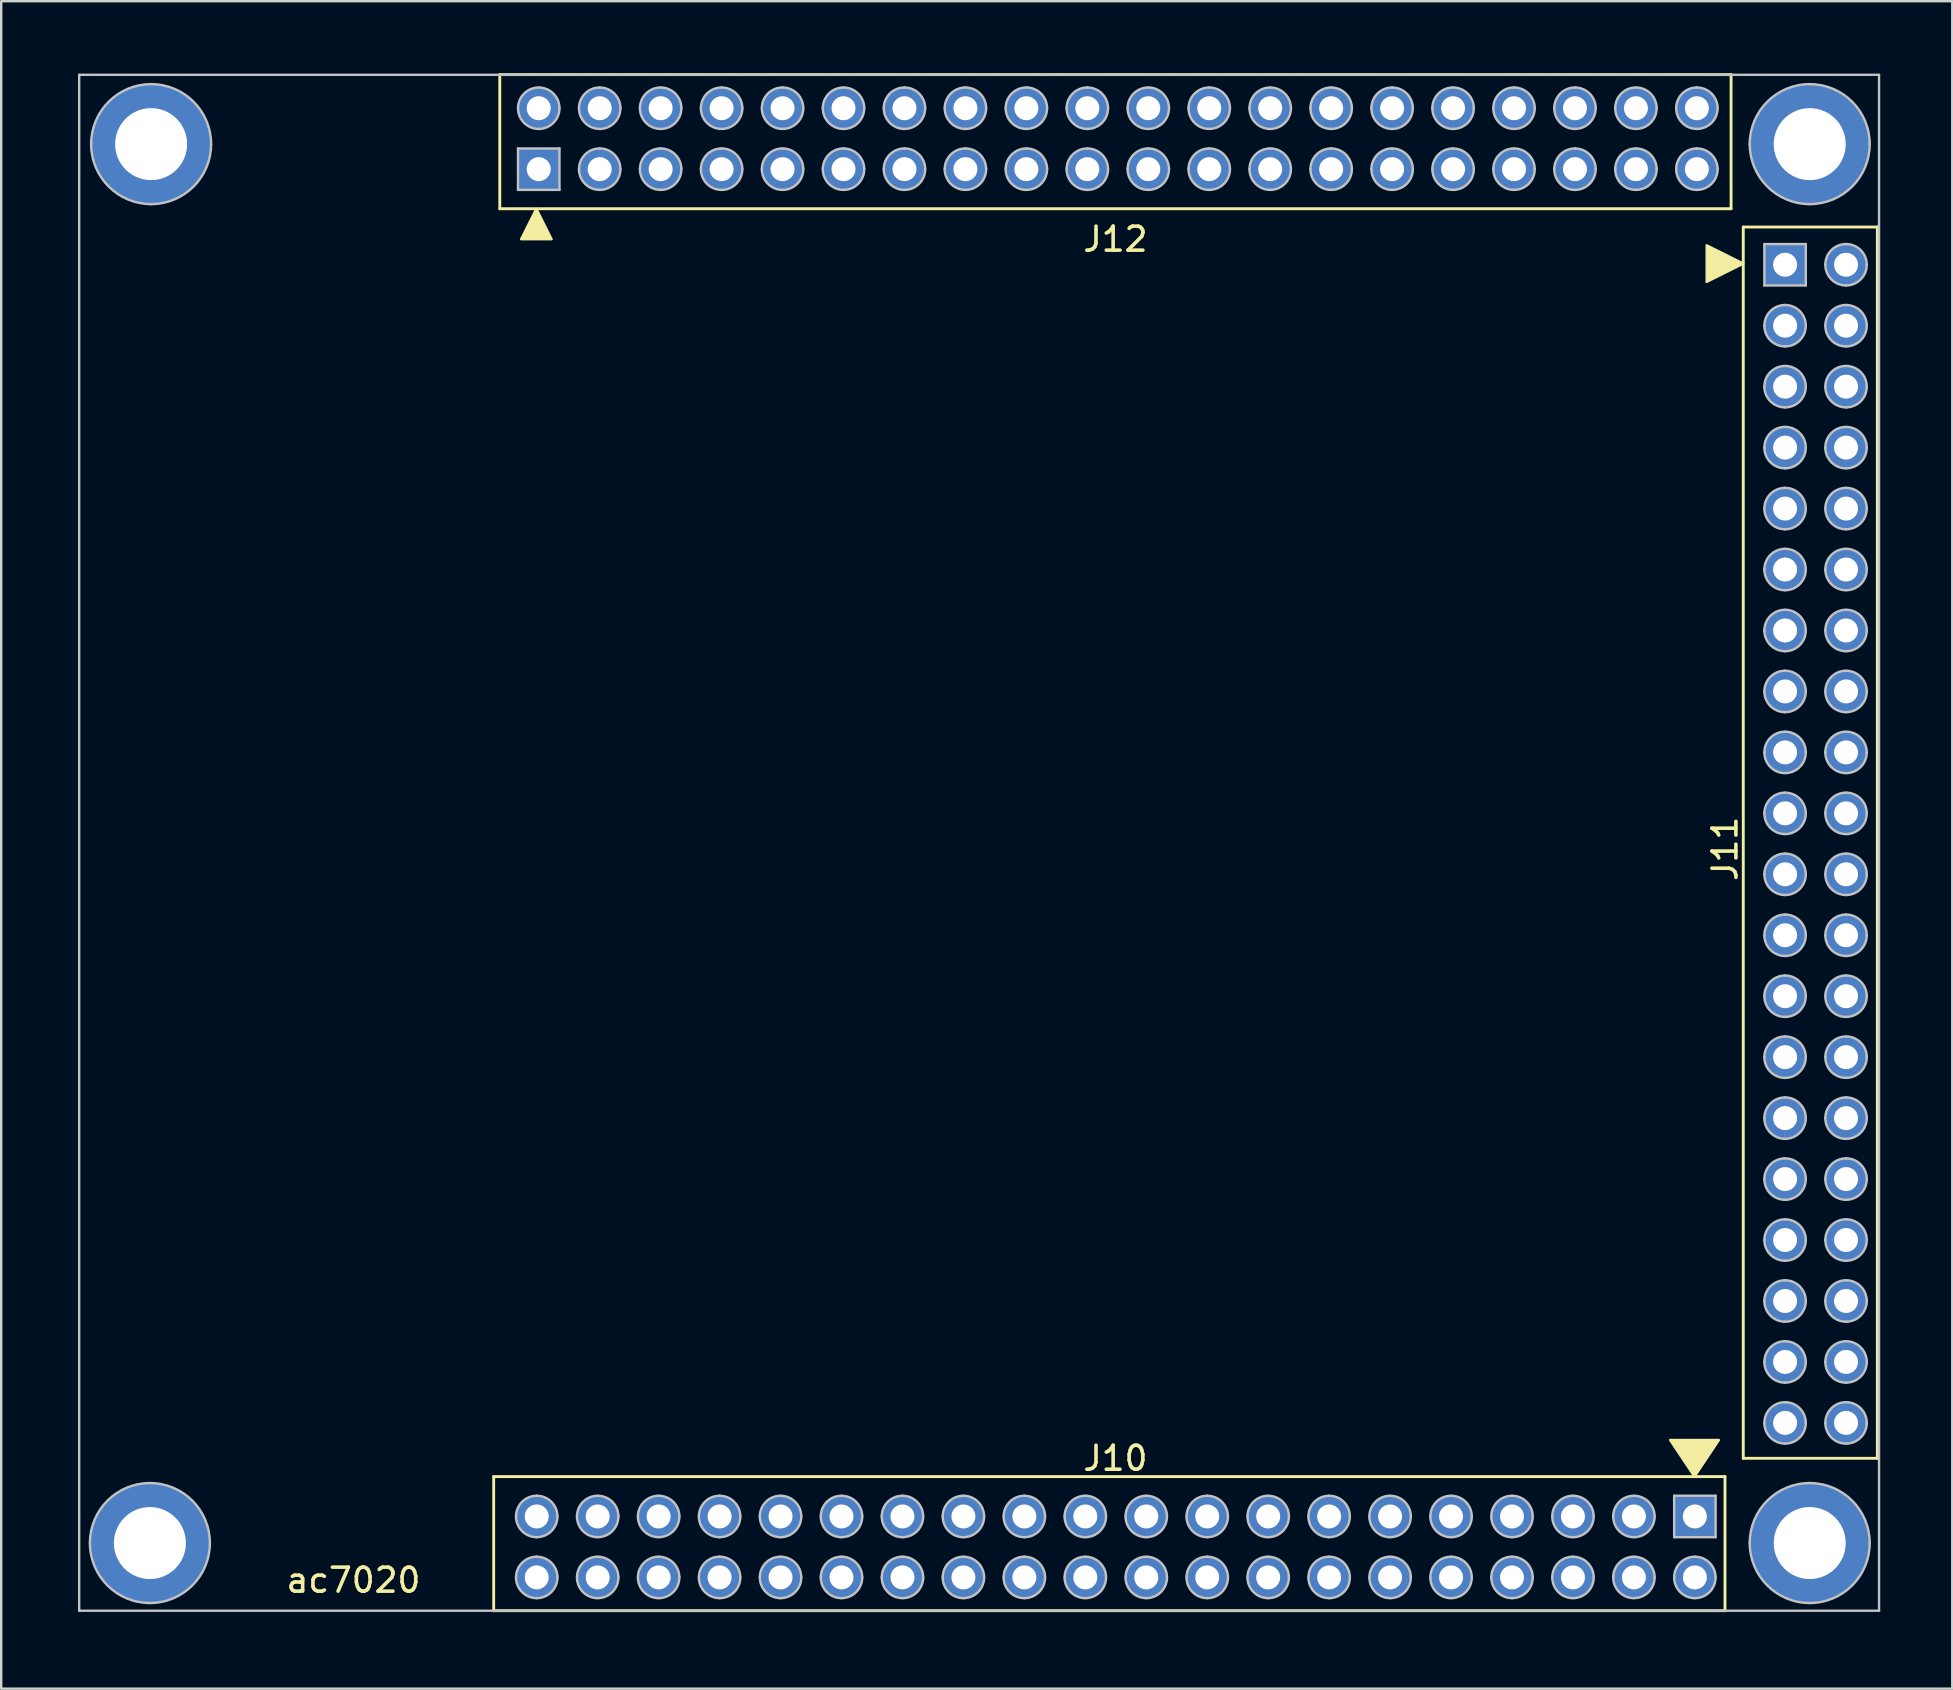
<source format=kicad_pcb>
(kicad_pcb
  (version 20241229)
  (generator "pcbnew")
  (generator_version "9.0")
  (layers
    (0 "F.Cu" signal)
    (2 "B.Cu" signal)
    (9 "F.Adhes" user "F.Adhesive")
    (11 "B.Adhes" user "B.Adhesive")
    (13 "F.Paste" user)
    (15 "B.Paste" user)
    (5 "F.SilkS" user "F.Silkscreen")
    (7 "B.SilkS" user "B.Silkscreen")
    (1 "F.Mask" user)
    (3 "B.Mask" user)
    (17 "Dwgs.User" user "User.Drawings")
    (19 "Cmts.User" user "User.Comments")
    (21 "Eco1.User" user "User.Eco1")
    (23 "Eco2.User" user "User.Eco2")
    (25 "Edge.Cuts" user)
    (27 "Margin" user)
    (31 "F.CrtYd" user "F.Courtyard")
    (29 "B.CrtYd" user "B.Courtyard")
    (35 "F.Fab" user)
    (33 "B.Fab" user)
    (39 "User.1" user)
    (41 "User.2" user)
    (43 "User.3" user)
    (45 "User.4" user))
  (footprint "ac7020"
    (layer "F.Cu")
    (at 0.25 64.068)
    (property "Reference" "ac7020" (at 11.43 -1.27 0) (layer "F.SilkS") (effects (font (size 1 1) (thickness 0.15))))
    (attr through_hole)
    (fp_line (start 17.272 -5.588) (end 17.272 0) (stroke (width 0.12) (type solid)) (layer "F.SilkS"))
    (fp_line (start 17.272 0) (end 68.58 0) (stroke (width 0.12) (type solid)) (layer "F.SilkS"))
    (fp_line (start 17.526 -64.008) (end 68.834 -64.008) (stroke (width 0.12) (type solid)) (layer "F.SilkS"))
    (fp_line (start 17.526 -58.42) (end 17.526 -64.008) (stroke (width 0.12) (type solid)) (layer "F.SilkS"))
    (fp_line (start 68.58 -5.588) (end 17.272 -5.588) (stroke (width 0.12) (type solid)) (layer "F.SilkS"))
    (fp_line (start 68.58 0) (end 68.58 -5.588) (stroke (width 0.12) (type solid)) (layer "F.SilkS"))
    (fp_line (start 68.834 -64.008) (end 68.834 -58.42) (stroke (width 0.12) (type solid)) (layer "F.SilkS"))
    (fp_line (start 68.834 -58.42) (end 17.526 -58.42) (stroke (width 0.12) (type solid)) (layer "F.SilkS"))
    (fp_line (start 69.342 -57.658) (end 69.342 -6.35) (stroke (width 0.12) (type solid)) (layer "F.SilkS"))
    (fp_line (start 69.342 -6.35) (end 74.93 -6.35) (stroke (width 0.12) (type solid)) (layer "F.SilkS"))
    (fp_line (start 74.93 -57.658) (end 69.342 -57.658) (stroke (width 0.12) (type solid)) (layer "F.SilkS"))
    (fp_line (start 74.93 -6.35) (end 74.93 -57.658) (stroke (width 0.12) (type solid)) (layer "F.SilkS"))
    (fp_poly (pts (xy 19.685 -57.15) (xy 18.415 -57.15) (xy 19.05 -58.42)) (stroke (width 0.1) (type solid)) (fill yes) (layer "F.SilkS"))
    (fp_poly (pts (xy 67.31 -5.588) (xy 66.294 -7.112) (xy 68.326 -7.112)) (stroke (width 0.1) (type solid)) (fill yes) (layer "F.SilkS"))
    (fp_poly (pts (xy 69.342 -56.134) (xy 67.818 -55.372) (xy 67.818 -56.896)) (stroke (width 0.1) (type solid)) (fill yes) (layer "F.SilkS"))
    (fp_curve (pts (xy 0 -64) (xy 0 -64) (xy 0 0) (xy 0 0)) (stroke (width 0.1) (type solid)) (layer "Dwgs.User"))
    (fp_curve (pts (xy 0 0) (xy 0 0) (xy 75 0) (xy 75 0)) (stroke (width 0.1) (type solid)) (layer "Dwgs.User"))
    (fp_curve (pts (xy 0.447 -2.82) (xy 0.446 -1.439) (xy 1.566 -0.32) (xy 2.946 -0.32)) (stroke (width 0.1) (type solid)) (layer "Dwgs.User"))
    (fp_curve (pts (xy 0.497 -61.112) (xy 0.497 -59.732) (xy 1.617 -58.612) (xy 2.997 -58.612)) (stroke (width 0.1) (type solid)) (layer "Dwgs.User"))
    (fp_curve (pts (xy 2.946 -0.32) (xy 4.327 -0.319) (xy 5.446 -1.439) (xy 5.446 -2.819)) (stroke (width 0.1) (type solid)) (layer "Dwgs.User"))
    (fp_curve (pts (xy 2.946 -5.319) (xy 1.566 -5.319) (xy 0.447 -4.2) (xy 0.447 -2.82)) (stroke (width 0.1) (type solid)) (layer "Dwgs.User"))
    (fp_curve (pts (xy 2.997 -58.612) (xy 4.378 -58.612) (xy 5.497 -59.732) (xy 5.497 -61.112)) (stroke (width 0.1) (type solid)) (layer "Dwgs.User"))
    (fp_curve (pts (xy 2.997 -63.612) (xy 1.617 -63.612) (xy 0.497 -62.493) (xy 0.497 -61.112)) (stroke (width 0.1) (type solid)) (layer "Dwgs.User"))
    (fp_curve (pts (xy 5.446 -2.819) (xy 5.446 -4.2) (xy 4.327 -5.319) (xy 2.946 -5.319)) (stroke (width 0.1) (type solid)) (layer "Dwgs.User"))
    (fp_curve (pts (xy 5.497 -61.112) (xy 5.497 -62.493) (xy 4.378 -63.612) (xy 2.997 -63.612)) (stroke (width 0.1) (type solid)) (layer "Dwgs.User"))
    (fp_curve (pts (xy 18.202 -3.927) (xy 18.202 -3.45) (xy 18.588 -3.063) (xy 19.065 -3.063)) (stroke (width 0.1) (type solid)) (layer "Dwgs.User"))
    (fp_curve (pts (xy 18.202 -1.387) (xy 18.202 -0.91) (xy 18.588 -0.523) (xy 19.065 -0.523)) (stroke (width 0.1) (type solid)) (layer "Dwgs.User"))
    (fp_curve (pts (xy 18.285 -60.932) (xy 18.285 -60.932) (xy 20.013 -60.932) (xy 20.013 -60.932)) (stroke (width 0.1) (type solid)) (layer "Dwgs.User"))
    (fp_curve (pts (xy 18.285 -59.205) (xy 18.285 -59.205) (xy 18.285 -60.932) (xy 18.285 -60.932)) (stroke (width 0.1) (type solid)) (layer "Dwgs.User"))
    (fp_curve (pts (xy 18.286 -62.609) (xy 18.285 -62.132) (xy 18.672 -61.745) (xy 19.149 -61.745)) (stroke (width 0.1) (type solid)) (layer "Dwgs.User"))
    (fp_curve (pts (xy 19.065 -3.063) (xy 19.542 -3.063) (xy 19.929 -3.45) (xy 19.929 -3.927)) (stroke (width 0.1) (type solid)) (layer "Dwgs.User"))
    (fp_curve (pts (xy 19.065 -0.523) (xy 19.542 -0.523) (xy 19.929 -0.91) (xy 19.929 -1.387)) (stroke (width 0.1) (type solid)) (layer "Dwgs.User"))
    (fp_curve (pts (xy 19.065 -4.79) (xy 18.588 -4.79) (xy 18.202 -4.404) (xy 18.202 -3.927)) (stroke (width 0.1) (type solid)) (layer "Dwgs.User"))
    (fp_curve (pts (xy 19.065 -2.25) (xy 18.588 -2.251) (xy 18.202 -1.864) (xy 18.202 -1.387)) (stroke (width 0.1) (type solid)) (layer "Dwgs.User"))
    (fp_curve (pts (xy 19.149 -61.745) (xy 19.626 -61.745) (xy 20.013 -62.132) (xy 20.013 -62.608)) (stroke (width 0.1) (type solid)) (layer "Dwgs.User"))
    (fp_curve (pts (xy 19.149 -63.472) (xy 18.672 -63.472) (xy 18.286 -63.086) (xy 18.286 -62.609)) (stroke (width 0.1) (type solid)) (layer "Dwgs.User"))
    (fp_curve (pts (xy 19.929 -3.927) (xy 19.929 -4.404) (xy 19.542 -4.79) (xy 19.065 -4.79)) (stroke (width 0.1) (type solid)) (layer "Dwgs.User"))
    (fp_curve (pts (xy 19.929 -1.387) (xy 19.929 -1.864) (xy 19.542 -2.25) (xy 19.065 -2.25)) (stroke (width 0.1) (type solid)) (layer "Dwgs.User"))
    (fp_curve (pts (xy 20.013 -62.608) (xy 20.013 -63.086) (xy 19.626 -63.472) (xy 19.149 -63.472)) (stroke (width 0.1) (type solid)) (layer "Dwgs.User"))
    (fp_curve (pts (xy 20.013 -60.932) (xy 20.013 -60.932) (xy 20.013 -59.205) (xy 20.013 -59.205)) (stroke (width 0.1) (type solid)) (layer "Dwgs.User"))
    (fp_curve (pts (xy 20.013 -59.205) (xy 20.013 -59.205) (xy 18.285 -59.205) (xy 18.285 -59.205)) (stroke (width 0.1) (type solid)) (layer "Dwgs.User"))
    (fp_curve (pts (xy 20.742 -3.927) (xy 20.742 -3.45) (xy 21.128 -3.063) (xy 21.605 -3.063)) (stroke (width 0.1) (type solid)) (layer "Dwgs.User"))
    (fp_curve (pts (xy 20.742 -1.387) (xy 20.742 -0.91) (xy 21.128 -0.523) (xy 21.605 -0.523)) (stroke (width 0.1) (type solid)) (layer "Dwgs.User"))
    (fp_curve (pts (xy 20.826 -62.609) (xy 20.826 -62.132) (xy 21.212 -61.745) (xy 21.689 -61.745)) (stroke (width 0.1) (type solid)) (layer "Dwgs.User"))
    (fp_curve (pts (xy 20.826 -60.069) (xy 20.826 -59.592) (xy 21.212 -59.205) (xy 21.689 -59.205)) (stroke (width 0.1) (type solid)) (layer "Dwgs.User"))
    (fp_curve (pts (xy 21.605 -3.063) (xy 22.082 -3.063) (xy 22.469 -3.45) (xy 22.469 -3.927)) (stroke (width 0.1) (type solid)) (layer "Dwgs.User"))
    (fp_curve (pts (xy 21.605 -0.523) (xy 22.082 -0.523) (xy 22.469 -0.91) (xy 22.469 -1.387)) (stroke (width 0.1) (type solid)) (layer "Dwgs.User"))
    (fp_curve (pts (xy 21.605 -4.79) (xy 21.128 -4.79) (xy 20.742 -4.404) (xy 20.742 -3.927)) (stroke (width 0.1) (type solid)) (layer "Dwgs.User"))
    (fp_curve (pts (xy 21.605 -2.25) (xy 21.128 -2.251) (xy 20.742 -1.864) (xy 20.742 -1.387)) (stroke (width 0.1) (type solid)) (layer "Dwgs.User"))
    (fp_curve (pts (xy 21.689 -61.745) (xy 22.166 -61.745) (xy 22.553 -62.132) (xy 22.553 -62.608)) (stroke (width 0.1) (type solid)) (layer "Dwgs.User"))
    (fp_curve (pts (xy 21.689 -59.205) (xy 22.166 -59.205) (xy 22.553 -59.592) (xy 22.553 -60.069)) (stroke (width 0.1) (type solid)) (layer "Dwgs.User"))
    (fp_curve (pts (xy 21.689 -63.472) (xy 21.212 -63.472) (xy 20.826 -63.086) (xy 20.826 -62.609)) (stroke (width 0.1) (type solid)) (layer "Dwgs.User"))
    (fp_curve (pts (xy 21.689 -60.932) (xy 21.212 -60.932) (xy 20.826 -60.545) (xy 20.826 -60.069)) (stroke (width 0.1) (type solid)) (layer "Dwgs.User"))
    (fp_curve (pts (xy 22.469 -3.927) (xy 22.469 -4.404) (xy 22.082 -4.79) (xy 21.605 -4.79)) (stroke (width 0.1) (type solid)) (layer "Dwgs.User"))
    (fp_curve (pts (xy 22.469 -1.387) (xy 22.469 -1.864) (xy 22.082 -2.25) (xy 21.605 -2.25)) (stroke (width 0.1) (type solid)) (layer "Dwgs.User"))
    (fp_curve (pts (xy 22.553 -62.608) (xy 22.553 -63.086) (xy 22.166 -63.472) (xy 21.689 -63.472)) (stroke (width 0.1) (type solid)) (layer "Dwgs.User"))
    (fp_curve (pts (xy 22.553 -60.069) (xy 22.553 -60.545) (xy 22.166 -60.932) (xy 21.689 -60.932)) (stroke (width 0.1) (type solid)) (layer "Dwgs.User"))
    (fp_curve (pts (xy 23.282 -3.927) (xy 23.282 -3.45) (xy 23.668 -3.063) (xy 24.145 -3.063)) (stroke (width 0.1) (type solid)) (layer "Dwgs.User"))
    (fp_curve (pts (xy 23.282 -1.387) (xy 23.282 -0.91) (xy 23.668 -0.523) (xy 24.145 -0.523)) (stroke (width 0.1) (type solid)) (layer "Dwgs.User"))
    (fp_curve (pts (xy 23.366 -62.609) (xy 23.366 -62.132) (xy 23.752 -61.745) (xy 24.229 -61.745)) (stroke (width 0.1) (type solid)) (layer "Dwgs.User"))
    (fp_curve (pts (xy 23.366 -60.069) (xy 23.366 -59.592) (xy 23.752 -59.205) (xy 24.229 -59.205)) (stroke (width 0.1) (type solid)) (layer "Dwgs.User"))
    (fp_curve (pts (xy 24.145 -3.063) (xy 24.622 -3.063) (xy 25.009 -3.45) (xy 25.009 -3.927)) (stroke (width 0.1) (type solid)) (layer "Dwgs.User"))
    (fp_curve (pts (xy 24.145 -0.523) (xy 24.622 -0.523) (xy 25.009 -0.91) (xy 25.009 -1.387)) (stroke (width 0.1) (type solid)) (layer "Dwgs.User"))
    (fp_curve (pts (xy 24.145 -4.79) (xy 23.668 -4.79) (xy 23.282 -4.404) (xy 23.282 -3.927)) (stroke (width 0.1) (type solid)) (layer "Dwgs.User"))
    (fp_curve (pts (xy 24.145 -2.25) (xy 23.668 -2.251) (xy 23.282 -1.864) (xy 23.282 -1.387)) (stroke (width 0.1) (type solid)) (layer "Dwgs.User"))
    (fp_curve (pts (xy 24.229 -61.745) (xy 24.706 -61.745) (xy 25.093 -62.132) (xy 25.093 -62.608)) (stroke (width 0.1) (type solid)) (layer "Dwgs.User"))
    (fp_curve (pts (xy 24.229 -59.205) (xy 24.706 -59.205) (xy 25.093 -59.592) (xy 25.093 -60.069)) (stroke (width 0.1) (type solid)) (layer "Dwgs.User"))
    (fp_curve (pts (xy 24.229 -63.472) (xy 23.752 -63.472) (xy 23.366 -63.086) (xy 23.366 -62.609)) (stroke (width 0.1) (type solid)) (layer "Dwgs.User"))
    (fp_curve (pts (xy 24.229 -60.932) (xy 23.752 -60.932) (xy 23.366 -60.545) (xy 23.366 -60.069)) (stroke (width 0.1) (type solid)) (layer "Dwgs.User"))
    (fp_curve (pts (xy 25.009 -3.927) (xy 25.009 -4.404) (xy 24.622 -4.79) (xy 24.145 -4.79)) (stroke (width 0.1) (type solid)) (layer "Dwgs.User"))
    (fp_curve (pts (xy 25.009 -1.387) (xy 25.009 -1.864) (xy 24.622 -2.25) (xy 24.145 -2.25)) (stroke (width 0.1) (type solid)) (layer "Dwgs.User"))
    (fp_curve (pts (xy 25.093 -62.608) (xy 25.093 -63.086) (xy 24.706 -63.472) (xy 24.229 -63.472)) (stroke (width 0.1) (type solid)) (layer "Dwgs.User"))
    (fp_curve (pts (xy 25.093 -60.069) (xy 25.093 -60.545) (xy 24.706 -60.932) (xy 24.229 -60.932)) (stroke (width 0.1) (type solid)) (layer "Dwgs.User"))
    (fp_curve (pts (xy 25.822 -3.927) (xy 25.822 -3.45) (xy 26.208 -3.063) (xy 26.685 -3.063)) (stroke (width 0.1) (type solid)) (layer "Dwgs.User"))
    (fp_curve (pts (xy 25.822 -1.387) (xy 25.822 -0.91) (xy 26.208 -0.523) (xy 26.685 -0.523)) (stroke (width 0.1) (type solid)) (layer "Dwgs.User"))
    (fp_curve (pts (xy 25.906 -62.609) (xy 25.905 -62.132) (xy 26.292 -61.745) (xy 26.769 -61.745)) (stroke (width 0.1) (type solid)) (layer "Dwgs.User"))
    (fp_curve (pts (xy 25.906 -60.069) (xy 25.905 -59.592) (xy 26.292 -59.205) (xy 26.769 -59.205)) (stroke (width 0.1) (type solid)) (layer "Dwgs.User"))
    (fp_curve (pts (xy 26.685 -3.063) (xy 27.162 -3.063) (xy 27.549 -3.45) (xy 27.549 -3.927)) (stroke (width 0.1) (type solid)) (layer "Dwgs.User"))
    (fp_curve (pts (xy 26.685 -0.523) (xy 27.162 -0.523) (xy 27.549 -0.91) (xy 27.549 -1.387)) (stroke (width 0.1) (type solid)) (layer "Dwgs.User"))
    (fp_curve (pts (xy 26.685 -4.79) (xy 26.208 -4.79) (xy 25.822 -4.404) (xy 25.822 -3.927)) (stroke (width 0.1) (type solid)) (layer "Dwgs.User"))
    (fp_curve (pts (xy 26.685 -2.25) (xy 26.208 -2.251) (xy 25.822 -1.864) (xy 25.822 -1.387)) (stroke (width 0.1) (type solid)) (layer "Dwgs.User"))
    (fp_curve (pts (xy 26.769 -61.745) (xy 27.246 -61.745) (xy 27.633 -62.132) (xy 27.633 -62.608)) (stroke (width 0.1) (type solid)) (layer "Dwgs.User"))
    (fp_curve (pts (xy 26.769 -59.205) (xy 27.246 -59.205) (xy 27.633 -59.592) (xy 27.633 -60.069)) (stroke (width 0.1) (type solid)) (layer "Dwgs.User"))
    (fp_curve (pts (xy 26.769 -63.472) (xy 26.292 -63.472) (xy 25.906 -63.086) (xy 25.906 -62.609)) (stroke (width 0.1) (type solid)) (layer "Dwgs.User"))
    (fp_curve (pts (xy 26.769 -60.932) (xy 26.292 -60.932) (xy 25.906 -60.545) (xy 25.906 -60.069)) (stroke (width 0.1) (type solid)) (layer "Dwgs.User"))
    (fp_curve (pts (xy 27.549 -3.927) (xy 27.549 -4.404) (xy 27.162 -4.79) (xy 26.685 -4.79)) (stroke (width 0.1) (type solid)) (layer "Dwgs.User"))
    (fp_curve (pts (xy 27.549 -1.387) (xy 27.549 -1.864) (xy 27.162 -2.25) (xy 26.685 -2.25)) (stroke (width 0.1) (type solid)) (layer "Dwgs.User"))
    (fp_curve (pts (xy 27.633 -62.608) (xy 27.633 -63.086) (xy 27.246 -63.472) (xy 26.769 -63.472)) (stroke (width 0.1) (type solid)) (layer "Dwgs.User"))
    (fp_curve (pts (xy 27.633 -60.069) (xy 27.633 -60.545) (xy 27.246 -60.932) (xy 26.769 -60.932)) (stroke (width 0.1) (type solid)) (layer "Dwgs.User"))
    (fp_curve (pts (xy 28.362 -3.927) (xy 28.362 -3.45) (xy 28.748 -3.063) (xy 29.225 -3.063)) (stroke (width 0.1) (type solid)) (layer "Dwgs.User"))
    (fp_curve (pts (xy 28.362 -1.387) (xy 28.362 -0.91) (xy 28.748 -0.523) (xy 29.225 -0.523)) (stroke (width 0.1) (type solid)) (layer "Dwgs.User"))
    (fp_curve (pts (xy 28.446 -62.609) (xy 28.445 -62.132) (xy 28.832 -61.745) (xy 29.309 -61.745)) (stroke (width 0.1) (type solid)) (layer "Dwgs.User"))
    (fp_curve (pts (xy 28.446 -60.069) (xy 28.445 -59.592) (xy 28.832 -59.205) (xy 29.309 -59.205)) (stroke (width 0.1) (type solid)) (layer "Dwgs.User"))
    (fp_curve (pts (xy 29.225 -3.063) (xy 29.702 -3.063) (xy 30.089 -3.45) (xy 30.089 -3.927)) (stroke (width 0.1) (type solid)) (layer "Dwgs.User"))
    (fp_curve (pts (xy 29.225 -0.523) (xy 29.702 -0.523) (xy 30.089 -0.91) (xy 30.089 -1.387)) (stroke (width 0.1) (type solid)) (layer "Dwgs.User"))
    (fp_curve (pts (xy 29.225 -4.79) (xy 28.748 -4.79) (xy 28.362 -4.404) (xy 28.362 -3.927)) (stroke (width 0.1) (type solid)) (layer "Dwgs.User"))
    (fp_curve (pts (xy 29.225 -2.25) (xy 28.748 -2.251) (xy 28.362 -1.864) (xy 28.362 -1.387)) (stroke (width 0.1) (type solid)) (layer "Dwgs.User"))
    (fp_curve (pts (xy 29.309 -61.745) (xy 29.786 -61.745) (xy 30.173 -62.132) (xy 30.173 -62.608)) (stroke (width 0.1) (type solid)) (layer "Dwgs.User"))
    (fp_curve (pts (xy 29.309 -59.205) (xy 29.786 -59.205) (xy 30.173 -59.592) (xy 30.173 -60.069)) (stroke (width 0.1) (type solid)) (layer "Dwgs.User"))
    (fp_curve (pts (xy 29.309 -63.472) (xy 28.832 -63.472) (xy 28.446 -63.086) (xy 28.446 -62.609)) (stroke (width 0.1) (type solid)) (layer "Dwgs.User"))
    (fp_curve (pts (xy 29.309 -60.932) (xy 28.832 -60.932) (xy 28.446 -60.545) (xy 28.446 -60.069)) (stroke (width 0.1) (type solid)) (layer "Dwgs.User"))
    (fp_curve (pts (xy 30.089 -3.927) (xy 30.089 -4.404) (xy 29.702 -4.79) (xy 29.225 -4.79)) (stroke (width 0.1) (type solid)) (layer "Dwgs.User"))
    (fp_curve (pts (xy 30.089 -1.387) (xy 30.089 -1.864) (xy 29.702 -2.25) (xy 29.225 -2.25)) (stroke (width 0.1) (type solid)) (layer "Dwgs.User"))
    (fp_curve (pts (xy 30.173 -62.608) (xy 30.173 -63.086) (xy 29.786 -63.472) (xy 29.309 -63.472)) (stroke (width 0.1) (type solid)) (layer "Dwgs.User"))
    (fp_curve (pts (xy 30.173 -60.069) (xy 30.173 -60.545) (xy 29.786 -60.932) (xy 29.309 -60.932)) (stroke (width 0.1) (type solid)) (layer "Dwgs.User"))
    (fp_curve (pts (xy 30.902 -3.927) (xy 30.902 -3.45) (xy 31.288 -3.063) (xy 31.765 -3.063)) (stroke (width 0.1) (type solid)) (layer "Dwgs.User"))
    (fp_curve (pts (xy 30.902 -1.387) (xy 30.902 -0.91) (xy 31.288 -0.523) (xy 31.765 -0.523)) (stroke (width 0.1) (type solid)) (layer "Dwgs.User"))
    (fp_curve (pts (xy 30.986 -62.609) (xy 30.985 -62.132) (xy 31.372 -61.745) (xy 31.849 -61.745)) (stroke (width 0.1) (type solid)) (layer "Dwgs.User"))
    (fp_curve (pts (xy 30.986 -60.069) (xy 30.985 -59.592) (xy 31.372 -59.205) (xy 31.849 -59.205)) (stroke (width 0.1) (type solid)) (layer "Dwgs.User"))
    (fp_curve (pts (xy 31.765 -3.063) (xy 32.242 -3.063) (xy 32.629 -3.45) (xy 32.629 -3.927)) (stroke (width 0.1) (type solid)) (layer "Dwgs.User"))
    (fp_curve (pts (xy 31.765 -0.523) (xy 32.242 -0.523) (xy 32.629 -0.91) (xy 32.629 -1.387)) (stroke (width 0.1) (type solid)) (layer "Dwgs.User"))
    (fp_curve (pts (xy 31.765 -4.79) (xy 31.288 -4.79) (xy 30.902 -4.404) (xy 30.902 -3.927)) (stroke (width 0.1) (type solid)) (layer "Dwgs.User"))
    (fp_curve (pts (xy 31.765 -2.25) (xy 31.288 -2.251) (xy 30.902 -1.864) (xy 30.902 -1.387)) (stroke (width 0.1) (type solid)) (layer "Dwgs.User"))
    (fp_curve (pts (xy 31.849 -61.745) (xy 32.326 -61.745) (xy 32.713 -62.132) (xy 32.713 -62.608)) (stroke (width 0.1) (type solid)) (layer "Dwgs.User"))
    (fp_curve (pts (xy 31.849 -59.205) (xy 32.326 -59.205) (xy 32.713 -59.592) (xy 32.713 -60.069)) (stroke (width 0.1) (type solid)) (layer "Dwgs.User"))
    (fp_curve (pts (xy 31.849 -63.472) (xy 31.372 -63.472) (xy 30.986 -63.086) (xy 30.986 -62.609)) (stroke (width 0.1) (type solid)) (layer "Dwgs.User"))
    (fp_curve (pts (xy 31.849 -60.932) (xy 31.372 -60.932) (xy 30.986 -60.545) (xy 30.986 -60.069)) (stroke (width 0.1) (type solid)) (layer "Dwgs.User"))
    (fp_curve (pts (xy 32.629 -3.927) (xy 32.629 -4.404) (xy 32.242 -4.79) (xy 31.765 -4.79)) (stroke (width 0.1) (type solid)) (layer "Dwgs.User"))
    (fp_curve (pts (xy 32.629 -1.387) (xy 32.629 -1.864) (xy 32.242 -2.25) (xy 31.765 -2.25)) (stroke (width 0.1) (type solid)) (layer "Dwgs.User"))
    (fp_curve (pts (xy 32.713 -62.608) (xy 32.713 -63.086) (xy 32.326 -63.472) (xy 31.849 -63.472)) (stroke (width 0.1) (type solid)) (layer "Dwgs.User"))
    (fp_curve (pts (xy 32.713 -60.069) (xy 32.713 -60.545) (xy 32.326 -60.932) (xy 31.849 -60.932)) (stroke (width 0.1) (type solid)) (layer "Dwgs.User"))
    (fp_curve (pts (xy 33.442 -3.927) (xy 33.442 -3.45) (xy 33.828 -3.063) (xy 34.305 -3.063)) (stroke (width 0.1) (type solid)) (layer "Dwgs.User"))
    (fp_curve (pts (xy 33.442 -1.387) (xy 33.442 -0.91) (xy 33.828 -0.523) (xy 34.305 -0.523)) (stroke (width 0.1) (type solid)) (layer "Dwgs.User"))
    (fp_curve (pts (xy 33.526 -62.609) (xy 33.526 -62.132) (xy 33.912 -61.745) (xy 34.389 -61.745)) (stroke (width 0.1) (type solid)) (layer "Dwgs.User"))
    (fp_curve (pts (xy 33.526 -60.069) (xy 33.526 -59.592) (xy 33.912 -59.205) (xy 34.389 -59.205)) (stroke (width 0.1) (type solid)) (layer "Dwgs.User"))
    (fp_curve (pts (xy 34.305 -3.063) (xy 34.782 -3.063) (xy 35.169 -3.45) (xy 35.169 -3.927)) (stroke (width 0.1) (type solid)) (layer "Dwgs.User"))
    (fp_curve (pts (xy 34.305 -0.523) (xy 34.782 -0.523) (xy 35.169 -0.91) (xy 35.169 -1.387)) (stroke (width 0.1) (type solid)) (layer "Dwgs.User"))
    (fp_curve (pts (xy 34.305 -4.79) (xy 33.828 -4.79) (xy 33.442 -4.404) (xy 33.442 -3.927)) (stroke (width 0.1) (type solid)) (layer "Dwgs.User"))
    (fp_curve (pts (xy 34.305 -2.25) (xy 33.828 -2.251) (xy 33.442 -1.864) (xy 33.442 -1.387)) (stroke (width 0.1) (type solid)) (layer "Dwgs.User"))
    (fp_curve (pts (xy 34.389 -61.745) (xy 34.866 -61.745) (xy 35.253 -62.132) (xy 35.253 -62.608)) (stroke (width 0.1) (type solid)) (layer "Dwgs.User"))
    (fp_curve (pts (xy 34.389 -59.205) (xy 34.866 -59.205) (xy 35.253 -59.592) (xy 35.253 -60.069)) (stroke (width 0.1) (type solid)) (layer "Dwgs.User"))
    (fp_curve (pts (xy 34.389 -63.472) (xy 33.912 -63.472) (xy 33.526 -63.086) (xy 33.526 -62.609)) (stroke (width 0.1) (type solid)) (layer "Dwgs.User"))
    (fp_curve (pts (xy 34.389 -60.932) (xy 33.912 -60.932) (xy 33.526 -60.545) (xy 33.526 -60.069)) (stroke (width 0.1) (type solid)) (layer "Dwgs.User"))
    (fp_curve (pts (xy 35.169 -3.927) (xy 35.169 -4.404) (xy 34.782 -4.79) (xy 34.305 -4.79)) (stroke (width 0.1) (type solid)) (layer "Dwgs.User"))
    (fp_curve (pts (xy 35.169 -1.387) (xy 35.169 -1.864) (xy 34.782 -2.25) (xy 34.305 -2.25)) (stroke (width 0.1) (type solid)) (layer "Dwgs.User"))
    (fp_curve (pts (xy 35.253 -62.608) (xy 35.253 -63.086) (xy 34.866 -63.472) (xy 34.389 -63.472)) (stroke (width 0.1) (type solid)) (layer "Dwgs.User"))
    (fp_curve (pts (xy 35.253 -60.069) (xy 35.253 -60.545) (xy 34.866 -60.932) (xy 34.389 -60.932)) (stroke (width 0.1) (type solid)) (layer "Dwgs.User"))
    (fp_curve (pts (xy 35.982 -3.927) (xy 35.982 -3.45) (xy 36.368 -3.063) (xy 36.845 -3.063)) (stroke (width 0.1) (type solid)) (layer "Dwgs.User"))
    (fp_curve (pts (xy 35.982 -1.387) (xy 35.982 -0.91) (xy 36.368 -0.523) (xy 36.845 -0.523)) (stroke (width 0.1) (type solid)) (layer "Dwgs.User"))
    (fp_curve (pts (xy 36.066 -62.609) (xy 36.066 -62.132) (xy 36.452 -61.745) (xy 36.929 -61.745)) (stroke (width 0.1) (type solid)) (layer "Dwgs.User"))
    (fp_curve (pts (xy 36.066 -60.069) (xy 36.066 -59.592) (xy 36.452 -59.205) (xy 36.929 -59.205)) (stroke (width 0.1) (type solid)) (layer "Dwgs.User"))
    (fp_curve (pts (xy 36.845 -3.063) (xy 37.322 -3.063) (xy 37.709 -3.45) (xy 37.709 -3.927)) (stroke (width 0.1) (type solid)) (layer "Dwgs.User"))
    (fp_curve (pts (xy 36.845 -0.523) (xy 37.322 -0.523) (xy 37.709 -0.91) (xy 37.709 -1.387)) (stroke (width 0.1) (type solid)) (layer "Dwgs.User"))
    (fp_curve (pts (xy 36.845 -4.79) (xy 36.368 -4.79) (xy 35.982 -4.404) (xy 35.982 -3.927)) (stroke (width 0.1) (type solid)) (layer "Dwgs.User"))
    (fp_curve (pts (xy 36.845 -2.25) (xy 36.368 -2.251) (xy 35.982 -1.864) (xy 35.982 -1.387)) (stroke (width 0.1) (type solid)) (layer "Dwgs.User"))
    (fp_curve (pts (xy 36.929 -61.745) (xy 37.406 -61.745) (xy 37.793 -62.132) (xy 37.793 -62.608)) (stroke (width 0.1) (type solid)) (layer "Dwgs.User"))
    (fp_curve (pts (xy 36.929 -59.205) (xy 37.406 -59.205) (xy 37.793 -59.592) (xy 37.793 -60.069)) (stroke (width 0.1) (type solid)) (layer "Dwgs.User"))
    (fp_curve (pts (xy 36.929 -63.472) (xy 36.452 -63.472) (xy 36.066 -63.086) (xy 36.066 -62.609)) (stroke (width 0.1) (type solid)) (layer "Dwgs.User"))
    (fp_curve (pts (xy 36.929 -60.932) (xy 36.452 -60.932) (xy 36.066 -60.545) (xy 36.066 -60.069)) (stroke (width 0.1) (type solid)) (layer "Dwgs.User"))
    (fp_curve (pts (xy 37.709 -3.927) (xy 37.709 -4.404) (xy 37.322 -4.79) (xy 36.845 -4.79)) (stroke (width 0.1) (type solid)) (layer "Dwgs.User"))
    (fp_curve (pts (xy 37.709 -1.387) (xy 37.709 -1.864) (xy 37.322 -2.25) (xy 36.845 -2.25)) (stroke (width 0.1) (type solid)) (layer "Dwgs.User"))
    (fp_curve (pts (xy 37.793 -62.608) (xy 37.793 -63.086) (xy 37.406 -63.472) (xy 36.929 -63.472)) (stroke (width 0.1) (type solid)) (layer "Dwgs.User"))
    (fp_curve (pts (xy 37.793 -60.069) (xy 37.793 -60.545) (xy 37.406 -60.932) (xy 36.929 -60.932)) (stroke (width 0.1) (type solid)) (layer "Dwgs.User"))
    (fp_curve (pts (xy 38.522 -3.927) (xy 38.522 -3.45) (xy 38.908 -3.063) (xy 39.385 -3.063)) (stroke (width 0.1) (type solid)) (layer "Dwgs.User"))
    (fp_curve (pts (xy 38.522 -1.387) (xy 38.522 -0.91) (xy 38.908 -0.523) (xy 39.385 -0.523)) (stroke (width 0.1) (type solid)) (layer "Dwgs.User"))
    (fp_curve (pts (xy 38.606 -62.609) (xy 38.605 -62.132) (xy 38.992 -61.745) (xy 39.469 -61.745)) (stroke (width 0.1) (type solid)) (layer "Dwgs.User"))
    (fp_curve (pts (xy 38.606 -60.069) (xy 38.605 -59.592) (xy 38.992 -59.205) (xy 39.469 -59.205)) (stroke (width 0.1) (type solid)) (layer "Dwgs.User"))
    (fp_curve (pts (xy 39.385 -3.063) (xy 39.862 -3.063) (xy 40.249 -3.45) (xy 40.249 -3.927)) (stroke (width 0.1) (type solid)) (layer "Dwgs.User"))
    (fp_curve (pts (xy 39.385 -0.523) (xy 39.862 -0.523) (xy 40.249 -0.91) (xy 40.249 -1.387)) (stroke (width 0.1) (type solid)) (layer "Dwgs.User"))
    (fp_curve (pts (xy 39.385 -4.79) (xy 38.908 -4.79) (xy 38.522 -4.404) (xy 38.522 -3.927)) (stroke (width 0.1) (type solid)) (layer "Dwgs.User"))
    (fp_curve (pts (xy 39.385 -2.25) (xy 38.908 -2.251) (xy 38.522 -1.864) (xy 38.522 -1.387)) (stroke (width 0.1) (type solid)) (layer "Dwgs.User"))
    (fp_curve (pts (xy 39.469 -61.745) (xy 39.946 -61.745) (xy 40.333 -62.132) (xy 40.333 -62.608)) (stroke (width 0.1) (type solid)) (layer "Dwgs.User"))
    (fp_curve (pts (xy 39.469 -59.205) (xy 39.946 -59.205) (xy 40.333 -59.592) (xy 40.333 -60.069)) (stroke (width 0.1) (type solid)) (layer "Dwgs.User"))
    (fp_curve (pts (xy 39.469 -63.472) (xy 38.992 -63.472) (xy 38.606 -63.086) (xy 38.606 -62.609)) (stroke (width 0.1) (type solid)) (layer "Dwgs.User"))
    (fp_curve (pts (xy 39.469 -60.932) (xy 38.992 -60.932) (xy 38.606 -60.545) (xy 38.606 -60.069)) (stroke (width 0.1) (type solid)) (layer "Dwgs.User"))
    (fp_curve (pts (xy 40.249 -3.927) (xy 40.249 -4.404) (xy 39.862 -4.79) (xy 39.385 -4.79)) (stroke (width 0.1) (type solid)) (layer "Dwgs.User"))
    (fp_curve (pts (xy 40.249 -1.387) (xy 40.249 -1.864) (xy 39.862 -2.25) (xy 39.385 -2.25)) (stroke (width 0.1) (type solid)) (layer "Dwgs.User"))
    (fp_curve (pts (xy 40.333 -62.608) (xy 40.333 -63.086) (xy 39.946 -63.472) (xy 39.469 -63.472)) (stroke (width 0.1) (type solid)) (layer "Dwgs.User"))
    (fp_curve (pts (xy 40.333 -60.069) (xy 40.333 -60.545) (xy 39.946 -60.932) (xy 39.469 -60.932)) (stroke (width 0.1) (type solid)) (layer "Dwgs.User"))
    (fp_curve (pts (xy 41.062 -3.927) (xy 41.062 -3.45) (xy 41.448 -3.063) (xy 41.925 -3.063)) (stroke (width 0.1) (type solid)) (layer "Dwgs.User"))
    (fp_curve (pts (xy 41.062 -1.387) (xy 41.062 -0.91) (xy 41.448 -0.523) (xy 41.925 -0.523)) (stroke (width 0.1) (type solid)) (layer "Dwgs.User"))
    (fp_curve (pts (xy 41.146 -62.609) (xy 41.145 -62.132) (xy 41.532 -61.745) (xy 42.009 -61.745)) (stroke (width 0.1) (type solid)) (layer "Dwgs.User"))
    (fp_curve (pts (xy 41.146 -60.069) (xy 41.145 -59.592) (xy 41.532 -59.205) (xy 42.009 -59.205)) (stroke (width 0.1) (type solid)) (layer "Dwgs.User"))
    (fp_curve (pts (xy 41.925 -3.063) (xy 42.402 -3.063) (xy 42.789 -3.45) (xy 42.789 -3.927)) (stroke (width 0.1) (type solid)) (layer "Dwgs.User"))
    (fp_curve (pts (xy 41.925 -0.523) (xy 42.402 -0.523) (xy 42.789 -0.91) (xy 42.789 -1.387)) (stroke (width 0.1) (type solid)) (layer "Dwgs.User"))
    (fp_curve (pts (xy 41.925 -4.79) (xy 41.448 -4.79) (xy 41.062 -4.404) (xy 41.062 -3.927)) (stroke (width 0.1) (type solid)) (layer "Dwgs.User"))
    (fp_curve (pts (xy 41.925 -2.25) (xy 41.448 -2.251) (xy 41.062 -1.864) (xy 41.062 -1.387)) (stroke (width 0.1) (type solid)) (layer "Dwgs.User"))
    (fp_curve (pts (xy 42.009 -61.745) (xy 42.486 -61.745) (xy 42.873 -62.132) (xy 42.873 -62.608)) (stroke (width 0.1) (type solid)) (layer "Dwgs.User"))
    (fp_curve (pts (xy 42.009 -59.205) (xy 42.486 -59.205) (xy 42.873 -59.592) (xy 42.873 -60.069)) (stroke (width 0.1) (type solid)) (layer "Dwgs.User"))
    (fp_curve (pts (xy 42.009 -63.472) (xy 41.532 -63.472) (xy 41.146 -63.086) (xy 41.146 -62.609)) (stroke (width 0.1) (type solid)) (layer "Dwgs.User"))
    (fp_curve (pts (xy 42.009 -60.932) (xy 41.532 -60.932) (xy 41.146 -60.545) (xy 41.146 -60.069)) (stroke (width 0.1) (type solid)) (layer "Dwgs.User"))
    (fp_curve (pts (xy 42.789 -3.927) (xy 42.789 -4.404) (xy 42.402 -4.79) (xy 41.925 -4.79)) (stroke (width 0.1) (type solid)) (layer "Dwgs.User"))
    (fp_curve (pts (xy 42.789 -1.387) (xy 42.789 -1.864) (xy 42.402 -2.25) (xy 41.925 -2.25)) (stroke (width 0.1) (type solid)) (layer "Dwgs.User"))
    (fp_curve (pts (xy 42.873 -62.608) (xy 42.873 -63.086) (xy 42.486 -63.472) (xy 42.009 -63.472)) (stroke (width 0.1) (type solid)) (layer "Dwgs.User"))
    (fp_curve (pts (xy 42.873 -60.069) (xy 42.873 -60.545) (xy 42.486 -60.932) (xy 42.009 -60.932)) (stroke (width 0.1) (type solid)) (layer "Dwgs.User"))
    (fp_curve (pts (xy 43.602 -3.927) (xy 43.602 -3.45) (xy 43.988 -3.063) (xy 44.465 -3.063)) (stroke (width 0.1) (type solid)) (layer "Dwgs.User"))
    (fp_curve (pts (xy 43.602 -1.387) (xy 43.602 -0.91) (xy 43.988 -0.523) (xy 44.465 -0.523)) (stroke (width 0.1) (type solid)) (layer "Dwgs.User"))
    (fp_curve (pts (xy 43.686 -62.609) (xy 43.685 -62.132) (xy 44.072 -61.745) (xy 44.549 -61.745)) (stroke (width 0.1) (type solid)) (layer "Dwgs.User"))
    (fp_curve (pts (xy 43.686 -60.069) (xy 43.685 -59.592) (xy 44.072 -59.205) (xy 44.549 -59.205)) (stroke (width 0.1) (type solid)) (layer "Dwgs.User"))
    (fp_curve (pts (xy 44.465 -3.063) (xy 44.942 -3.063) (xy 45.329 -3.45) (xy 45.329 -3.927)) (stroke (width 0.1) (type solid)) (layer "Dwgs.User"))
    (fp_curve (pts (xy 44.465 -0.523) (xy 44.942 -0.523) (xy 45.329 -0.91) (xy 45.329 -1.387)) (stroke (width 0.1) (type solid)) (layer "Dwgs.User"))
    (fp_curve (pts (xy 44.465 -4.79) (xy 43.988 -4.79) (xy 43.602 -4.404) (xy 43.602 -3.927)) (stroke (width 0.1) (type solid)) (layer "Dwgs.User"))
    (fp_curve (pts (xy 44.465 -2.25) (xy 43.988 -2.251) (xy 43.602 -1.864) (xy 43.602 -1.387)) (stroke (width 0.1) (type solid)) (layer "Dwgs.User"))
    (fp_curve (pts (xy 44.549 -61.745) (xy 45.026 -61.745) (xy 45.413 -62.132) (xy 45.413 -62.608)) (stroke (width 0.1) (type solid)) (layer "Dwgs.User"))
    (fp_curve (pts (xy 44.549 -59.205) (xy 45.026 -59.205) (xy 45.413 -59.592) (xy 45.413 -60.069)) (stroke (width 0.1) (type solid)) (layer "Dwgs.User"))
    (fp_curve (pts (xy 44.549 -63.472) (xy 44.072 -63.472) (xy 43.686 -63.086) (xy 43.686 -62.609)) (stroke (width 0.1) (type solid)) (layer "Dwgs.User"))
    (fp_curve (pts (xy 44.549 -60.932) (xy 44.072 -60.932) (xy 43.686 -60.545) (xy 43.686 -60.069)) (stroke (width 0.1) (type solid)) (layer "Dwgs.User"))
    (fp_curve (pts (xy 45.329 -3.927) (xy 45.329 -4.404) (xy 44.942 -4.79) (xy 44.465 -4.79)) (stroke (width 0.1) (type solid)) (layer "Dwgs.User"))
    (fp_curve (pts (xy 45.329 -1.387) (xy 45.329 -1.864) (xy 44.942 -2.25) (xy 44.465 -2.25)) (stroke (width 0.1) (type solid)) (layer "Dwgs.User"))
    (fp_curve (pts (xy 45.413 -62.608) (xy 45.413 -63.086) (xy 45.026 -63.472) (xy 44.549 -63.472)) (stroke (width 0.1) (type solid)) (layer "Dwgs.User"))
    (fp_curve (pts (xy 45.413 -60.069) (xy 45.413 -60.545) (xy 45.026 -60.932) (xy 44.549 -60.932)) (stroke (width 0.1) (type solid)) (layer "Dwgs.User"))
    (fp_curve (pts (xy 46.142 -3.927) (xy 46.142 -3.45) (xy 46.528 -3.063) (xy 47.005 -3.063)) (stroke (width 0.1) (type solid)) (layer "Dwgs.User"))
    (fp_curve (pts (xy 46.142 -1.387) (xy 46.142 -0.91) (xy 46.528 -0.523) (xy 47.005 -0.523)) (stroke (width 0.1) (type solid)) (layer "Dwgs.User"))
    (fp_curve (pts (xy 46.226 -62.609) (xy 46.225 -62.132) (xy 46.612 -61.745) (xy 47.089 -61.745)) (stroke (width 0.1) (type solid)) (layer "Dwgs.User"))
    (fp_curve (pts (xy 46.226 -60.069) (xy 46.225 -59.592) (xy 46.612 -59.205) (xy 47.089 -59.205)) (stroke (width 0.1) (type solid)) (layer "Dwgs.User"))
    (fp_curve (pts (xy 47.005 -3.063) (xy 47.482 -3.063) (xy 47.869 -3.45) (xy 47.869 -3.927)) (stroke (width 0.1) (type solid)) (layer "Dwgs.User"))
    (fp_curve (pts (xy 47.005 -0.523) (xy 47.482 -0.523) (xy 47.869 -0.91) (xy 47.869 -1.387)) (stroke (width 0.1) (type solid)) (layer "Dwgs.User"))
    (fp_curve (pts (xy 47.005 -4.79) (xy 46.528 -4.79) (xy 46.142 -4.404) (xy 46.142 -3.927)) (stroke (width 0.1) (type solid)) (layer "Dwgs.User"))
    (fp_curve (pts (xy 47.005 -2.25) (xy 46.528 -2.251) (xy 46.142 -1.864) (xy 46.142 -1.387)) (stroke (width 0.1) (type solid)) (layer "Dwgs.User"))
    (fp_curve (pts (xy 47.089 -61.745) (xy 47.566 -61.745) (xy 47.953 -62.132) (xy 47.953 -62.608)) (stroke (width 0.1) (type solid)) (layer "Dwgs.User"))
    (fp_curve (pts (xy 47.089 -59.205) (xy 47.566 -59.205) (xy 47.953 -59.592) (xy 47.953 -60.069)) (stroke (width 0.1) (type solid)) (layer "Dwgs.User"))
    (fp_curve (pts (xy 47.089 -63.472) (xy 46.612 -63.472) (xy 46.226 -63.086) (xy 46.226 -62.609)) (stroke (width 0.1) (type solid)) (layer "Dwgs.User"))
    (fp_curve (pts (xy 47.089 -60.932) (xy 46.612 -60.932) (xy 46.226 -60.545) (xy 46.226 -60.069)) (stroke (width 0.1) (type solid)) (layer "Dwgs.User"))
    (fp_curve (pts (xy 47.869 -3.927) (xy 47.869 -4.404) (xy 47.482 -4.79) (xy 47.005 -4.79)) (stroke (width 0.1) (type solid)) (layer "Dwgs.User"))
    (fp_curve (pts (xy 47.869 -1.387) (xy 47.869 -1.864) (xy 47.482 -2.25) (xy 47.005 -2.25)) (stroke (width 0.1) (type solid)) (layer "Dwgs.User"))
    (fp_curve (pts (xy 47.953 -62.608) (xy 47.953 -63.086) (xy 47.566 -63.472) (xy 47.089 -63.472)) (stroke (width 0.1) (type solid)) (layer "Dwgs.User"))
    (fp_curve (pts (xy 47.953 -60.069) (xy 47.953 -60.545) (xy 47.566 -60.932) (xy 47.089 -60.932)) (stroke (width 0.1) (type solid)) (layer "Dwgs.User"))
    (fp_curve (pts (xy 48.682 -3.927) (xy 48.682 -3.45) (xy 49.068 -3.063) (xy 49.545 -3.063)) (stroke (width 0.1) (type solid)) (layer "Dwgs.User"))
    (fp_curve (pts (xy 48.682 -1.387) (xy 48.682 -0.91) (xy 49.068 -0.523) (xy 49.545 -0.523)) (stroke (width 0.1) (type solid)) (layer "Dwgs.User"))
    (fp_curve (pts (xy 48.766 -62.609) (xy 48.766 -62.132) (xy 49.152 -61.745) (xy 49.629 -61.745)) (stroke (width 0.1) (type solid)) (layer "Dwgs.User"))
    (fp_curve (pts (xy 48.766 -60.069) (xy 48.766 -59.592) (xy 49.152 -59.205) (xy 49.629 -59.205)) (stroke (width 0.1) (type solid)) (layer "Dwgs.User"))
    (fp_curve (pts (xy 49.545 -3.063) (xy 50.022 -3.063) (xy 50.409 -3.45) (xy 50.409 -3.927)) (stroke (width 0.1) (type solid)) (layer "Dwgs.User"))
    (fp_curve (pts (xy 49.545 -0.523) (xy 50.022 -0.523) (xy 50.409 -0.91) (xy 50.409 -1.387)) (stroke (width 0.1) (type solid)) (layer "Dwgs.User"))
    (fp_curve (pts (xy 49.545 -4.79) (xy 49.068 -4.79) (xy 48.682 -4.404) (xy 48.682 -3.927)) (stroke (width 0.1) (type solid)) (layer "Dwgs.User"))
    (fp_curve (pts (xy 49.545 -2.25) (xy 49.068 -2.251) (xy 48.682 -1.864) (xy 48.682 -1.387)) (stroke (width 0.1) (type solid)) (layer "Dwgs.User"))
    (fp_curve (pts (xy 49.629 -61.745) (xy 50.106 -61.745) (xy 50.493 -62.132) (xy 50.493 -62.608)) (stroke (width 0.1) (type solid)) (layer "Dwgs.User"))
    (fp_curve (pts (xy 49.629 -59.205) (xy 50.106 -59.205) (xy 50.493 -59.592) (xy 50.493 -60.069)) (stroke (width 0.1) (type solid)) (layer "Dwgs.User"))
    (fp_curve (pts (xy 49.629 -63.472) (xy 49.152 -63.472) (xy 48.766 -63.086) (xy 48.766 -62.609)) (stroke (width 0.1) (type solid)) (layer "Dwgs.User"))
    (fp_curve (pts (xy 49.629 -60.932) (xy 49.152 -60.932) (xy 48.766 -60.545) (xy 48.766 -60.069)) (stroke (width 0.1) (type solid)) (layer "Dwgs.User"))
    (fp_curve (pts (xy 50.409 -3.927) (xy 50.409 -4.404) (xy 50.022 -4.79) (xy 49.545 -4.79)) (stroke (width 0.1) (type solid)) (layer "Dwgs.User"))
    (fp_curve (pts (xy 50.409 -1.387) (xy 50.409 -1.864) (xy 50.022 -2.25) (xy 49.545 -2.25)) (stroke (width 0.1) (type solid)) (layer "Dwgs.User"))
    (fp_curve (pts (xy 50.493 -62.608) (xy 50.493 -63.086) (xy 50.106 -63.472) (xy 49.629 -63.472)) (stroke (width 0.1) (type solid)) (layer "Dwgs.User"))
    (fp_curve (pts (xy 50.493 -60.069) (xy 50.493 -60.545) (xy 50.106 -60.932) (xy 49.629 -60.932)) (stroke (width 0.1) (type solid)) (layer "Dwgs.User"))
    (fp_curve (pts (xy 51.222 -3.927) (xy 51.222 -3.45) (xy 51.608 -3.063) (xy 52.085 -3.063)) (stroke (width 0.1) (type solid)) (layer "Dwgs.User"))
    (fp_curve (pts (xy 51.222 -1.387) (xy 51.222 -0.91) (xy 51.608 -0.523) (xy 52.085 -0.523)) (stroke (width 0.1) (type solid)) (layer "Dwgs.User"))
    (fp_curve (pts (xy 51.306 -62.609) (xy 51.306 -62.132) (xy 51.692 -61.745) (xy 52.169 -61.745)) (stroke (width 0.1) (type solid)) (layer "Dwgs.User"))
    (fp_curve (pts (xy 51.306 -60.069) (xy 51.306 -59.592) (xy 51.692 -59.205) (xy 52.169 -59.205)) (stroke (width 0.1) (type solid)) (layer "Dwgs.User"))
    (fp_curve (pts (xy 52.085 -3.063) (xy 52.562 -3.063) (xy 52.949 -3.45) (xy 52.949 -3.927)) (stroke (width 0.1) (type solid)) (layer "Dwgs.User"))
    (fp_curve (pts (xy 52.085 -0.523) (xy 52.562 -0.523) (xy 52.949 -0.91) (xy 52.949 -1.387)) (stroke (width 0.1) (type solid)) (layer "Dwgs.User"))
    (fp_curve (pts (xy 52.085 -4.79) (xy 51.608 -4.79) (xy 51.222 -4.404) (xy 51.222 -3.927)) (stroke (width 0.1) (type solid)) (layer "Dwgs.User"))
    (fp_curve (pts (xy 52.085 -2.25) (xy 51.608 -2.251) (xy 51.222 -1.864) (xy 51.222 -1.387)) (stroke (width 0.1) (type solid)) (layer "Dwgs.User"))
    (fp_curve (pts (xy 52.169 -61.745) (xy 52.646 -61.745) (xy 53.033 -62.132) (xy 53.033 -62.608)) (stroke (width 0.1) (type solid)) (layer "Dwgs.User"))
    (fp_curve (pts (xy 52.169 -59.205) (xy 52.646 -59.205) (xy 53.033 -59.592) (xy 53.033 -60.069)) (stroke (width 0.1) (type solid)) (layer "Dwgs.User"))
    (fp_curve (pts (xy 52.169 -63.472) (xy 51.692 -63.472) (xy 51.306 -63.086) (xy 51.306 -62.609)) (stroke (width 0.1) (type solid)) (layer "Dwgs.User"))
    (fp_curve (pts (xy 52.169 -60.932) (xy 51.692 -60.932) (xy 51.306 -60.545) (xy 51.306 -60.069)) (stroke (width 0.1) (type solid)) (layer "Dwgs.User"))
    (fp_curve (pts (xy 52.949 -3.927) (xy 52.949 -4.404) (xy 52.562 -4.79) (xy 52.085 -4.79)) (stroke (width 0.1) (type solid)) (layer "Dwgs.User"))
    (fp_curve (pts (xy 52.949 -1.387) (xy 52.949 -1.864) (xy 52.562 -2.25) (xy 52.085 -2.25)) (stroke (width 0.1) (type solid)) (layer "Dwgs.User"))
    (fp_curve (pts (xy 53.033 -62.608) (xy 53.033 -63.086) (xy 52.646 -63.472) (xy 52.169 -63.472)) (stroke (width 0.1) (type solid)) (layer "Dwgs.User"))
    (fp_curve (pts (xy 53.033 -60.069) (xy 53.033 -60.545) (xy 52.646 -60.932) (xy 52.169 -60.932)) (stroke (width 0.1) (type solid)) (layer "Dwgs.User"))
    (fp_curve (pts (xy 53.762 -3.927) (xy 53.762 -3.45) (xy 54.148 -3.063) (xy 54.625 -3.063)) (stroke (width 0.1) (type solid)) (layer "Dwgs.User"))
    (fp_curve (pts (xy 53.762 -1.387) (xy 53.762 -0.91) (xy 54.148 -0.523) (xy 54.625 -0.523)) (stroke (width 0.1) (type solid)) (layer "Dwgs.User"))
    (fp_curve (pts (xy 53.846 -62.609) (xy 53.846 -62.132) (xy 54.232 -61.745) (xy 54.709 -61.745)) (stroke (width 0.1) (type solid)) (layer "Dwgs.User"))
    (fp_curve (pts (xy 53.846 -60.069) (xy 53.846 -59.592) (xy 54.232 -59.205) (xy 54.709 -59.205)) (stroke (width 0.1) (type solid)) (layer "Dwgs.User"))
    (fp_curve (pts (xy 54.625 -3.063) (xy 55.102 -3.063) (xy 55.489 -3.45) (xy 55.489 -3.927)) (stroke (width 0.1) (type solid)) (layer "Dwgs.User"))
    (fp_curve (pts (xy 54.625 -0.523) (xy 55.102 -0.523) (xy 55.489 -0.91) (xy 55.489 -1.387)) (stroke (width 0.1) (type solid)) (layer "Dwgs.User"))
    (fp_curve (pts (xy 54.625 -4.79) (xy 54.148 -4.79) (xy 53.762 -4.404) (xy 53.762 -3.927)) (stroke (width 0.1) (type solid)) (layer "Dwgs.User"))
    (fp_curve (pts (xy 54.625 -2.25) (xy 54.148 -2.251) (xy 53.762 -1.864) (xy 53.762 -1.387)) (stroke (width 0.1) (type solid)) (layer "Dwgs.User"))
    (fp_curve (pts (xy 54.709 -61.745) (xy 55.186 -61.745) (xy 55.573 -62.132) (xy 55.573 -62.608)) (stroke (width 0.1) (type solid)) (layer "Dwgs.User"))
    (fp_curve (pts (xy 54.709 -59.205) (xy 55.186 -59.205) (xy 55.573 -59.592) (xy 55.573 -60.069)) (stroke (width 0.1) (type solid)) (layer "Dwgs.User"))
    (fp_curve (pts (xy 54.709 -63.472) (xy 54.232 -63.472) (xy 53.846 -63.086) (xy 53.846 -62.609)) (stroke (width 0.1) (type solid)) (layer "Dwgs.User"))
    (fp_curve (pts (xy 54.709 -60.932) (xy 54.232 -60.932) (xy 53.846 -60.545) (xy 53.846 -60.069)) (stroke (width 0.1) (type solid)) (layer "Dwgs.User"))
    (fp_curve (pts (xy 55.489 -3.927) (xy 55.489 -4.404) (xy 55.102 -4.79) (xy 54.625 -4.79)) (stroke (width 0.1) (type solid)) (layer "Dwgs.User"))
    (fp_curve (pts (xy 55.489 -1.387) (xy 55.489 -1.864) (xy 55.102 -2.25) (xy 54.625 -2.25)) (stroke (width 0.1) (type solid)) (layer "Dwgs.User"))
    (fp_curve (pts (xy 55.573 -62.608) (xy 55.573 -63.086) (xy 55.186 -63.472) (xy 54.709 -63.472)) (stroke (width 0.1) (type solid)) (layer "Dwgs.User"))
    (fp_curve (pts (xy 55.573 -60.069) (xy 55.573 -60.545) (xy 55.186 -60.932) (xy 54.709 -60.932)) (stroke (width 0.1) (type solid)) (layer "Dwgs.User"))
    (fp_curve (pts (xy 56.302 -3.927) (xy 56.302 -3.45) (xy 56.688 -3.063) (xy 57.165 -3.063)) (stroke (width 0.1) (type solid)) (layer "Dwgs.User"))
    (fp_curve (pts (xy 56.302 -1.387) (xy 56.302 -0.91) (xy 56.688 -0.523) (xy 57.165 -0.523)) (stroke (width 0.1) (type solid)) (layer "Dwgs.User"))
    (fp_curve (pts (xy 56.386 -62.609) (xy 56.386 -62.132) (xy 56.772 -61.745) (xy 57.249 -61.745)) (stroke (width 0.1) (type solid)) (layer "Dwgs.User"))
    (fp_curve (pts (xy 56.386 -60.069) (xy 56.386 -59.592) (xy 56.772 -59.205) (xy 57.249 -59.205)) (stroke (width 0.1) (type solid)) (layer "Dwgs.User"))
    (fp_curve (pts (xy 57.165 -3.063) (xy 57.642 -3.063) (xy 58.029 -3.45) (xy 58.029 -3.927)) (stroke (width 0.1) (type solid)) (layer "Dwgs.User"))
    (fp_curve (pts (xy 57.165 -0.523) (xy 57.642 -0.523) (xy 58.029 -0.91) (xy 58.029 -1.387)) (stroke (width 0.1) (type solid)) (layer "Dwgs.User"))
    (fp_curve (pts (xy 57.165 -4.79) (xy 56.688 -4.79) (xy 56.302 -4.404) (xy 56.302 -3.927)) (stroke (width 0.1) (type solid)) (layer "Dwgs.User"))
    (fp_curve (pts (xy 57.165 -2.25) (xy 56.688 -2.251) (xy 56.302 -1.864) (xy 56.302 -1.387)) (stroke (width 0.1) (type solid)) (layer "Dwgs.User"))
    (fp_curve (pts (xy 57.249 -61.745) (xy 57.726 -61.745) (xy 58.113 -62.132) (xy 58.113 -62.608)) (stroke (width 0.1) (type solid)) (layer "Dwgs.User"))
    (fp_curve (pts (xy 57.249 -59.205) (xy 57.726 -59.205) (xy 58.113 -59.592) (xy 58.113 -60.069)) (stroke (width 0.1) (type solid)) (layer "Dwgs.User"))
    (fp_curve (pts (xy 57.249 -63.472) (xy 56.772 -63.472) (xy 56.386 -63.086) (xy 56.386 -62.609)) (stroke (width 0.1) (type solid)) (layer "Dwgs.User"))
    (fp_curve (pts (xy 57.249 -60.932) (xy 56.772 -60.932) (xy 56.386 -60.545) (xy 56.386 -60.069)) (stroke (width 0.1) (type solid)) (layer "Dwgs.User"))
    (fp_curve (pts (xy 58.029 -3.927) (xy 58.029 -4.404) (xy 57.642 -4.79) (xy 57.165 -4.79)) (stroke (width 0.1) (type solid)) (layer "Dwgs.User"))
    (fp_curve (pts (xy 58.029 -1.387) (xy 58.029 -1.864) (xy 57.642 -2.25) (xy 57.165 -2.25)) (stroke (width 0.1) (type solid)) (layer "Dwgs.User"))
    (fp_curve (pts (xy 58.113 -62.608) (xy 58.113 -63.086) (xy 57.726 -63.472) (xy 57.249 -63.472)) (stroke (width 0.1) (type solid)) (layer "Dwgs.User"))
    (fp_curve (pts (xy 58.113 -60.069) (xy 58.113 -60.545) (xy 57.726 -60.932) (xy 57.249 -60.932)) (stroke (width 0.1) (type solid)) (layer "Dwgs.User"))
    (fp_curve (pts (xy 58.842 -3.927) (xy 58.842 -3.45) (xy 59.228 -3.063) (xy 59.705 -3.063)) (stroke (width 0.1) (type solid)) (layer "Dwgs.User"))
    (fp_curve (pts (xy 58.842 -1.387) (xy 58.842 -0.91) (xy 59.228 -0.523) (xy 59.705 -0.523)) (stroke (width 0.1) (type solid)) (layer "Dwgs.User"))
    (fp_curve (pts (xy 58.926 -62.609) (xy 58.925 -62.132) (xy 59.312 -61.745) (xy 59.789 -61.745)) (stroke (width 0.1) (type solid)) (layer "Dwgs.User"))
    (fp_curve (pts (xy 58.926 -60.069) (xy 58.925 -59.592) (xy 59.312 -59.205) (xy 59.789 -59.205)) (stroke (width 0.1) (type solid)) (layer "Dwgs.User"))
    (fp_curve (pts (xy 59.705 -3.063) (xy 60.182 -3.063) (xy 60.569 -3.45) (xy 60.569 -3.927)) (stroke (width 0.1) (type solid)) (layer "Dwgs.User"))
    (fp_curve (pts (xy 59.705 -0.523) (xy 60.182 -0.523) (xy 60.569 -0.91) (xy 60.569 -1.387)) (stroke (width 0.1) (type solid)) (layer "Dwgs.User"))
    (fp_curve (pts (xy 59.705 -4.79) (xy 59.228 -4.79) (xy 58.842 -4.404) (xy 58.842 -3.927)) (stroke (width 0.1) (type solid)) (layer "Dwgs.User"))
    (fp_curve (pts (xy 59.705 -2.25) (xy 59.228 -2.251) (xy 58.842 -1.864) (xy 58.842 -1.387)) (stroke (width 0.1) (type solid)) (layer "Dwgs.User"))
    (fp_curve (pts (xy 59.789 -61.745) (xy 60.266 -61.745) (xy 60.653 -62.132) (xy 60.653 -62.608)) (stroke (width 0.1) (type solid)) (layer "Dwgs.User"))
    (fp_curve (pts (xy 59.789 -59.205) (xy 60.266 -59.205) (xy 60.653 -59.592) (xy 60.653 -60.069)) (stroke (width 0.1) (type solid)) (layer "Dwgs.User"))
    (fp_curve (pts (xy 59.789 -63.472) (xy 59.312 -63.472) (xy 58.926 -63.086) (xy 58.926 -62.609)) (stroke (width 0.1) (type solid)) (layer "Dwgs.User"))
    (fp_curve (pts (xy 59.789 -60.932) (xy 59.312 -60.932) (xy 58.926 -60.545) (xy 58.926 -60.069)) (stroke (width 0.1) (type solid)) (layer "Dwgs.User"))
    (fp_curve (pts (xy 60.569 -3.927) (xy 60.569 -4.404) (xy 60.182 -4.79) (xy 59.705 -4.79)) (stroke (width 0.1) (type solid)) (layer "Dwgs.User"))
    (fp_curve (pts (xy 60.569 -1.387) (xy 60.569 -1.864) (xy 60.182 -2.25) (xy 59.705 -2.25)) (stroke (width 0.1) (type solid)) (layer "Dwgs.User"))
    (fp_curve (pts (xy 60.653 -62.608) (xy 60.653 -63.086) (xy 60.266 -63.472) (xy 59.789 -63.472)) (stroke (width 0.1) (type solid)) (layer "Dwgs.User"))
    (fp_curve (pts (xy 60.653 -60.069) (xy 60.653 -60.545) (xy 60.266 -60.932) (xy 59.789 -60.932)) (stroke (width 0.1) (type solid)) (layer "Dwgs.User"))
    (fp_curve (pts (xy 61.382 -3.927) (xy 61.382 -3.45) (xy 61.768 -3.063) (xy 62.245 -3.063)) (stroke (width 0.1) (type solid)) (layer "Dwgs.User"))
    (fp_curve (pts (xy 61.382 -1.387) (xy 61.382 -0.91) (xy 61.768 -0.523) (xy 62.245 -0.523)) (stroke (width 0.1) (type solid)) (layer "Dwgs.User"))
    (fp_curve (pts (xy 61.466 -62.609) (xy 61.465 -62.132) (xy 61.852 -61.745) (xy 62.329 -61.745)) (stroke (width 0.1) (type solid)) (layer "Dwgs.User"))
    (fp_curve (pts (xy 61.466 -60.069) (xy 61.465 -59.592) (xy 61.852 -59.205) (xy 62.329 -59.205)) (stroke (width 0.1) (type solid)) (layer "Dwgs.User"))
    (fp_curve (pts (xy 62.245 -3.063) (xy 62.722 -3.063) (xy 63.109 -3.45) (xy 63.109 -3.927)) (stroke (width 0.1) (type solid)) (layer "Dwgs.User"))
    (fp_curve (pts (xy 62.245 -0.523) (xy 62.722 -0.523) (xy 63.109 -0.91) (xy 63.109 -1.387)) (stroke (width 0.1) (type solid)) (layer "Dwgs.User"))
    (fp_curve (pts (xy 62.245 -4.79) (xy 61.768 -4.79) (xy 61.382 -4.404) (xy 61.382 -3.927)) (stroke (width 0.1) (type solid)) (layer "Dwgs.User"))
    (fp_curve (pts (xy 62.245 -2.25) (xy 61.768 -2.251) (xy 61.382 -1.864) (xy 61.382 -1.387)) (stroke (width 0.1) (type solid)) (layer "Dwgs.User"))
    (fp_curve (pts (xy 62.329 -61.745) (xy 62.806 -61.745) (xy 63.193 -62.132) (xy 63.193 -62.608)) (stroke (width 0.1) (type solid)) (layer "Dwgs.User"))
    (fp_curve (pts (xy 62.329 -59.205) (xy 62.806 -59.205) (xy 63.193 -59.592) (xy 63.193 -60.069)) (stroke (width 0.1) (type solid)) (layer "Dwgs.User"))
    (fp_curve (pts (xy 62.329 -63.472) (xy 61.852 -63.472) (xy 61.466 -63.086) (xy 61.466 -62.609)) (stroke (width 0.1) (type solid)) (layer "Dwgs.User"))
    (fp_curve (pts (xy 62.329 -60.932) (xy 61.852 -60.932) (xy 61.466 -60.545) (xy 61.466 -60.069)) (stroke (width 0.1) (type solid)) (layer "Dwgs.User"))
    (fp_curve (pts (xy 63.109 -3.927) (xy 63.109 -4.404) (xy 62.722 -4.79) (xy 62.245 -4.79)) (stroke (width 0.1) (type solid)) (layer "Dwgs.User"))
    (fp_curve (pts (xy 63.109 -1.387) (xy 63.109 -1.864) (xy 62.722 -2.25) (xy 62.245 -2.25)) (stroke (width 0.1) (type solid)) (layer "Dwgs.User"))
    (fp_curve (pts (xy 63.193 -62.608) (xy 63.193 -63.086) (xy 62.806 -63.472) (xy 62.329 -63.472)) (stroke (width 0.1) (type solid)) (layer "Dwgs.User"))
    (fp_curve (pts (xy 63.193 -60.069) (xy 63.193 -60.545) (xy 62.806 -60.932) (xy 62.329 -60.932)) (stroke (width 0.1) (type solid)) (layer "Dwgs.User"))
    (fp_curve (pts (xy 63.922 -3.927) (xy 63.922 -3.45) (xy 64.308 -3.063) (xy 64.785 -3.063)) (stroke (width 0.1) (type solid)) (layer "Dwgs.User"))
    (fp_curve (pts (xy 63.922 -1.387) (xy 63.922 -0.91) (xy 64.308 -0.523) (xy 64.785 -0.523)) (stroke (width 0.1) (type solid)) (layer "Dwgs.User"))
    (fp_curve (pts (xy 64.006 -62.609) (xy 64.005 -62.132) (xy 64.392 -61.745) (xy 64.869 -61.745)) (stroke (width 0.1) (type solid)) (layer "Dwgs.User"))
    (fp_curve (pts (xy 64.006 -60.069) (xy 64.005 -59.592) (xy 64.392 -59.205) (xy 64.869 -59.205)) (stroke (width 0.1) (type solid)) (layer "Dwgs.User"))
    (fp_curve (pts (xy 64.785 -3.063) (xy 65.262 -3.063) (xy 65.649 -3.45) (xy 65.649 -3.927)) (stroke (width 0.1) (type solid)) (layer "Dwgs.User"))
    (fp_curve (pts (xy 64.785 -0.523) (xy 65.262 -0.523) (xy 65.649 -0.91) (xy 65.649 -1.387)) (stroke (width 0.1) (type solid)) (layer "Dwgs.User"))
    (fp_curve (pts (xy 64.785 -4.79) (xy 64.308 -4.79) (xy 63.922 -4.404) (xy 63.922 -3.927)) (stroke (width 0.1) (type solid)) (layer "Dwgs.User"))
    (fp_curve (pts (xy 64.785 -2.25) (xy 64.308 -2.251) (xy 63.922 -1.864) (xy 63.922 -1.387)) (stroke (width 0.1) (type solid)) (layer "Dwgs.User"))
    (fp_curve (pts (xy 64.869 -61.745) (xy 65.346 -61.745) (xy 65.733 -62.132) (xy 65.733 -62.608)) (stroke (width 0.1) (type solid)) (layer "Dwgs.User"))
    (fp_curve (pts (xy 64.869 -59.205) (xy 65.346 -59.205) (xy 65.733 -59.592) (xy 65.733 -60.069)) (stroke (width 0.1) (type solid)) (layer "Dwgs.User"))
    (fp_curve (pts (xy 64.869 -63.472) (xy 64.392 -63.472) (xy 64.006 -63.086) (xy 64.006 -62.609)) (stroke (width 0.1) (type solid)) (layer "Dwgs.User"))
    (fp_curve (pts (xy 64.869 -60.932) (xy 64.392 -60.932) (xy 64.006 -60.545) (xy 64.006 -60.069)) (stroke (width 0.1) (type solid)) (layer "Dwgs.User"))
    (fp_curve (pts (xy 65.649 -3.927) (xy 65.649 -4.404) (xy 65.262 -4.79) (xy 64.785 -4.79)) (stroke (width 0.1) (type solid)) (layer "Dwgs.User"))
    (fp_curve (pts (xy 65.649 -1.387) (xy 65.649 -1.864) (xy 65.262 -2.25) (xy 64.785 -2.25)) (stroke (width 0.1) (type solid)) (layer "Dwgs.User"))
    (fp_curve (pts (xy 65.733 -62.608) (xy 65.733 -63.086) (xy 65.346 -63.472) (xy 64.869 -63.472)) (stroke (width 0.1) (type solid)) (layer "Dwgs.User"))
    (fp_curve (pts (xy 65.733 -60.069) (xy 65.733 -60.545) (xy 65.346 -60.932) (xy 64.869 -60.932)) (stroke (width 0.1) (type solid)) (layer "Dwgs.User"))
    (fp_curve (pts (xy 66.462 -4.79) (xy 66.462 -4.79) (xy 68.189 -4.79) (xy 68.189 -4.79)) (stroke (width 0.1) (type solid)) (layer "Dwgs.User"))
    (fp_curve (pts (xy 66.462 -3.063) (xy 66.462 -3.063) (xy 66.462 -4.79) (xy 66.462 -4.79)) (stroke (width 0.1) (type solid)) (layer "Dwgs.User"))
    (fp_curve (pts (xy 66.462 -1.387) (xy 66.462 -0.91) (xy 66.848 -0.523) (xy 67.325 -0.523)) (stroke (width 0.1) (type solid)) (layer "Dwgs.User"))
    (fp_curve (pts (xy 66.546 -62.609) (xy 66.546 -62.132) (xy 66.932 -61.745) (xy 67.409 -61.745)) (stroke (width 0.1) (type solid)) (layer "Dwgs.User"))
    (fp_curve (pts (xy 66.546 -60.069) (xy 66.546 -59.592) (xy 66.932 -59.205) (xy 67.409 -59.205)) (stroke (width 0.1) (type solid)) (layer "Dwgs.User"))
    (fp_curve (pts (xy 67.325 -0.523) (xy 67.802 -0.523) (xy 68.189 -0.91) (xy 68.189 -1.387)) (stroke (width 0.1) (type solid)) (layer "Dwgs.User"))
    (fp_curve (pts (xy 67.325 -2.25) (xy 66.848 -2.251) (xy 66.462 -1.864) (xy 66.462 -1.387)) (stroke (width 0.1) (type solid)) (layer "Dwgs.User"))
    (fp_curve (pts (xy 67.409 -61.745) (xy 67.886 -61.745) (xy 68.273 -62.132) (xy 68.273 -62.608)) (stroke (width 0.1) (type solid)) (layer "Dwgs.User"))
    (fp_curve (pts (xy 67.409 -59.205) (xy 67.886 -59.205) (xy 68.273 -59.592) (xy 68.273 -60.069)) (stroke (width 0.1) (type solid)) (layer "Dwgs.User"))
    (fp_curve (pts (xy 67.409 -63.472) (xy 66.932 -63.472) (xy 66.546 -63.086) (xy 66.546 -62.609)) (stroke (width 0.1) (type solid)) (layer "Dwgs.User"))
    (fp_curve (pts (xy 67.409 -60.932) (xy 66.932 -60.932) (xy 66.546 -60.545) (xy 66.546 -60.069)) (stroke (width 0.1) (type solid)) (layer "Dwgs.User"))
    (fp_curve (pts (xy 68.189 -4.79) (xy 68.189 -4.79) (xy 68.189 -3.063) (xy 68.189 -3.063)) (stroke (width 0.1) (type solid)) (layer "Dwgs.User"))
    (fp_curve (pts (xy 68.189 -3.063) (xy 68.189 -3.063) (xy 66.462 -3.063) (xy 66.462 -3.063)) (stroke (width 0.1) (type solid)) (layer "Dwgs.User"))
    (fp_curve (pts (xy 68.189 -1.387) (xy 68.189 -1.864) (xy 67.802 -2.25) (xy 67.325 -2.25)) (stroke (width 0.1) (type solid)) (layer "Dwgs.User"))
    (fp_curve (pts (xy 68.273 -62.608) (xy 68.273 -63.086) (xy 67.886 -63.472) (xy 67.409 -63.472)) (stroke (width 0.1) (type solid)) (layer "Dwgs.User"))
    (fp_curve (pts (xy 68.273 -60.069) (xy 68.273 -60.545) (xy 67.886 -60.932) (xy 67.409 -60.932)) (stroke (width 0.1) (type solid)) (layer "Dwgs.User"))
    (fp_curve (pts (xy 69.611 -61.112) (xy 69.611 -59.732) (xy 70.73 -58.612) (xy 72.111 -58.612)) (stroke (width 0.1) (type solid)) (layer "Dwgs.User"))
    (fp_curve (pts (xy 69.611 -2.82) (xy 69.611 -1.439) (xy 70.73 -0.32) (xy 72.111 -0.32)) (stroke (width 0.1) (type solid)) (layer "Dwgs.User"))
    (fp_curve (pts (xy 70.221 -56.949) (xy 70.221 -56.949) (xy 71.948 -56.949) (xy 71.948 -56.949)) (stroke (width 0.1) (type solid)) (layer "Dwgs.User"))
    (fp_curve (pts (xy 70.221 -55.222) (xy 70.221 -55.222) (xy 70.221 -56.949) (xy 70.221 -56.949)) (stroke (width 0.1) (type solid)) (layer "Dwgs.User"))
    (fp_curve (pts (xy 70.221 -53.546) (xy 70.221 -53.069) (xy 70.608 -52.682) (xy 71.084 -52.682)) (stroke (width 0.1) (type solid)) (layer "Dwgs.User"))
    (fp_curve (pts (xy 70.221 -51.006) (xy 70.221 -50.529) (xy 70.608 -50.142) (xy 71.084 -50.142)) (stroke (width 0.1) (type solid)) (layer "Dwgs.User"))
    (fp_curve (pts (xy 70.221 -48.466) (xy 70.221 -47.989) (xy 70.608 -47.602) (xy 71.084 -47.602)) (stroke (width 0.1) (type solid)) (layer "Dwgs.User"))
    (fp_curve (pts (xy 70.221 -45.926) (xy 70.221 -45.449) (xy 70.608 -45.062) (xy 71.084 -45.062)) (stroke (width 0.1) (type solid)) (layer "Dwgs.User"))
    (fp_curve (pts (xy 70.221 -43.386) (xy 70.221 -42.909) (xy 70.608 -42.522) (xy 71.084 -42.522)) (stroke (width 0.1) (type solid)) (layer "Dwgs.User"))
    (fp_curve (pts (xy 70.221 -40.846) (xy 70.221 -40.369) (xy 70.608 -39.982) (xy 71.084 -39.982)) (stroke (width 0.1) (type solid)) (layer "Dwgs.User"))
    (fp_curve (pts (xy 70.221 -38.306) (xy 70.221 -37.829) (xy 70.608 -37.442) (xy 71.084 -37.442)) (stroke (width 0.1) (type solid)) (layer "Dwgs.User"))
    (fp_curve (pts (xy 70.221 -35.766) (xy 70.221 -35.289) (xy 70.608 -34.902) (xy 71.084 -34.902)) (stroke (width 0.1) (type solid)) (layer "Dwgs.User"))
    (fp_curve (pts (xy 70.221 -33.226) (xy 70.221 -32.749) (xy 70.608 -32.362) (xy 71.084 -32.362)) (stroke (width 0.1) (type solid)) (layer "Dwgs.User"))
    (fp_curve (pts (xy 70.221 -30.686) (xy 70.221 -30.209) (xy 70.608 -29.822) (xy 71.084 -29.822)) (stroke (width 0.1) (type solid)) (layer "Dwgs.User"))
    (fp_curve (pts (xy 70.221 -28.146) (xy 70.221 -27.669) (xy 70.608 -27.282) (xy 71.084 -27.282)) (stroke (width 0.1) (type solid)) (layer "Dwgs.User"))
    (fp_curve (pts (xy 70.221 -25.606) (xy 70.221 -25.129) (xy 70.608 -24.742) (xy 71.084 -24.742)) (stroke (width 0.1) (type solid)) (layer "Dwgs.User"))
    (fp_curve (pts (xy 70.221 -23.066) (xy 70.221 -22.589) (xy 70.608 -22.202) (xy 71.084 -22.202)) (stroke (width 0.1) (type solid)) (layer "Dwgs.User"))
    (fp_curve (pts (xy 70.221 -20.526) (xy 70.221 -20.049) (xy 70.608 -19.662) (xy 71.084 -19.662)) (stroke (width 0.1) (type solid)) (layer "Dwgs.User"))
    (fp_curve (pts (xy 70.221 -17.986) (xy 70.221 -17.509) (xy 70.608 -17.122) (xy 71.084 -17.122)) (stroke (width 0.1) (type solid)) (layer "Dwgs.User"))
    (fp_curve (pts (xy 70.221 -15.446) (xy 70.221 -14.969) (xy 70.608 -14.582) (xy 71.084 -14.582)) (stroke (width 0.1) (type solid)) (layer "Dwgs.User"))
    (fp_curve (pts (xy 70.221 -12.906) (xy 70.221 -12.429) (xy 70.608 -12.042) (xy 71.084 -12.042)) (stroke (width 0.1) (type solid)) (layer "Dwgs.User"))
    (fp_curve (pts (xy 70.221 -10.366) (xy 70.221 -9.889) (xy 70.608 -9.502) (xy 71.084 -9.502)) (stroke (width 0.1) (type solid)) (layer "Dwgs.User"))
    (fp_curve (pts (xy 70.221 -7.826) (xy 70.221 -7.349) (xy 70.608 -6.962) (xy 71.084 -6.962)) (stroke (width 0.1) (type solid)) (layer "Dwgs.User"))
    (fp_curve (pts (xy 71.084 -52.682) (xy 71.561 -52.682) (xy 71.948 -53.069) (xy 71.948 -53.546)) (stroke (width 0.1) (type solid)) (layer "Dwgs.User"))
    (fp_curve (pts (xy 71.084 -50.142) (xy 71.561 -50.142) (xy 71.948 -50.529) (xy 71.948 -51.006)) (stroke (width 0.1) (type solid)) (layer "Dwgs.User"))
    (fp_curve (pts (xy 71.084 -47.602) (xy 71.561 -47.602) (xy 71.948 -47.989) (xy 71.948 -48.466)) (stroke (width 0.1) (type solid)) (layer "Dwgs.User"))
    (fp_curve (pts (xy 71.084 -45.062) (xy 71.561 -45.062) (xy 71.948 -45.449) (xy 71.948 -45.926)) (stroke (width 0.1) (type solid)) (layer "Dwgs.User"))
    (fp_curve (pts (xy 71.084 -42.522) (xy 71.561 -42.522) (xy 71.948 -42.909) (xy 71.948 -43.386)) (stroke (width 0.1) (type solid)) (layer "Dwgs.User"))
    (fp_curve (pts (xy 71.084 -39.982) (xy 71.561 -39.982) (xy 71.948 -40.369) (xy 71.948 -40.846)) (stroke (width 0.1) (type solid)) (layer "Dwgs.User"))
    (fp_curve (pts (xy 71.084 -37.442) (xy 71.561 -37.442) (xy 71.948 -37.829) (xy 71.948 -38.306)) (stroke (width 0.1) (type solid)) (layer "Dwgs.User"))
    (fp_curve (pts (xy 71.084 -34.902) (xy 71.561 -34.902) (xy 71.948 -35.289) (xy 71.948 -35.766)) (stroke (width 0.1) (type solid)) (layer "Dwgs.User"))
    (fp_curve (pts (xy 71.084 -32.362) (xy 71.561 -32.362) (xy 71.948 -32.749) (xy 71.948 -33.226)) (stroke (width 0.1) (type solid)) (layer "Dwgs.User"))
    (fp_curve (pts (xy 71.084 -29.822) (xy 71.561 -29.822) (xy 71.948 -30.209) (xy 71.948 -30.686)) (stroke (width 0.1) (type solid)) (layer "Dwgs.User"))
    (fp_curve (pts (xy 71.084 -27.282) (xy 71.561 -27.282) (xy 71.948 -27.669) (xy 71.948 -28.146)) (stroke (width 0.1) (type solid)) (layer "Dwgs.User"))
    (fp_curve (pts (xy 71.084 -24.742) (xy 71.561 -24.742) (xy 71.948 -25.129) (xy 71.948 -25.606)) (stroke (width 0.1) (type solid)) (layer "Dwgs.User"))
    (fp_curve (pts (xy 71.084 -22.202) (xy 71.561 -22.202) (xy 71.948 -22.589) (xy 71.948 -23.066)) (stroke (width 0.1) (type solid)) (layer "Dwgs.User"))
    (fp_curve (pts (xy 71.084 -19.662) (xy 71.561 -19.662) (xy 71.948 -20.049) (xy 71.948 -20.526)) (stroke (width 0.1) (type solid)) (layer "Dwgs.User"))
    (fp_curve (pts (xy 71.084 -17.122) (xy 71.561 -17.122) (xy 71.948 -17.509) (xy 71.948 -17.986)) (stroke (width 0.1) (type solid)) (layer "Dwgs.User"))
    (fp_curve (pts (xy 71.084 -14.582) (xy 71.561 -14.582) (xy 71.948 -14.969) (xy 71.948 -15.446)) (stroke (width 0.1) (type solid)) (layer "Dwgs.User"))
    (fp_curve (pts (xy 71.084 -12.042) (xy 71.561 -12.042) (xy 71.948 -12.429) (xy 71.948 -12.906)) (stroke (width 0.1) (type solid)) (layer "Dwgs.User"))
    (fp_curve (pts (xy 71.084 -9.502) (xy 71.561 -9.502) (xy 71.948 -9.889) (xy 71.948 -10.366)) (stroke (width 0.1) (type solid)) (layer "Dwgs.User"))
    (fp_curve (pts (xy 71.084 -6.962) (xy 71.561 -6.962) (xy 71.948 -7.349) (xy 71.948 -7.826)) (stroke (width 0.1) (type solid)) (layer "Dwgs.User"))
    (fp_curve (pts (xy 71.085 -54.409) (xy 70.608 -54.409) (xy 70.221 -54.023) (xy 70.221 -53.546)) (stroke (width 0.1) (type solid)) (layer "Dwgs.User"))
    (fp_curve (pts (xy 71.085 -51.869) (xy 70.608 -51.869) (xy 70.221 -51.483) (xy 70.221 -51.006)) (stroke (width 0.1) (type solid)) (layer "Dwgs.User"))
    (fp_curve (pts (xy 71.085 -49.329) (xy 70.608 -49.329) (xy 70.221 -48.943) (xy 70.221 -48.466)) (stroke (width 0.1) (type solid)) (layer "Dwgs.User"))
    (fp_curve (pts (xy 71.085 -46.789) (xy 70.608 -46.789) (xy 70.221 -46.403) (xy 70.221 -45.926)) (stroke (width 0.1) (type solid)) (layer "Dwgs.User"))
    (fp_curve (pts (xy 71.085 -44.249) (xy 70.608 -44.249) (xy 70.221 -43.863) (xy 70.221 -43.386)) (stroke (width 0.1) (type solid)) (layer "Dwgs.User"))
    (fp_curve (pts (xy 71.085 -41.709) (xy 70.608 -41.709) (xy 70.221 -41.323) (xy 70.221 -40.846)) (stroke (width 0.1) (type solid)) (layer "Dwgs.User"))
    (fp_curve (pts (xy 71.085 -39.169) (xy 70.608 -39.169) (xy 70.221 -38.783) (xy 70.221 -38.306)) (stroke (width 0.1) (type solid)) (layer "Dwgs.User"))
    (fp_curve (pts (xy 71.085 -36.629) (xy 70.608 -36.629) (xy 70.221 -36.243) (xy 70.221 -35.766)) (stroke (width 0.1) (type solid)) (layer "Dwgs.User"))
    (fp_curve (pts (xy 71.085 -34.089) (xy 70.608 -34.089) (xy 70.221 -33.703) (xy 70.221 -33.226)) (stroke (width 0.1) (type solid)) (layer "Dwgs.User"))
    (fp_curve (pts (xy 71.085 -31.549) (xy 70.608 -31.549) (xy 70.221 -31.163) (xy 70.221 -30.686)) (stroke (width 0.1) (type solid)) (layer "Dwgs.User"))
    (fp_curve (pts (xy 71.085 -29.009) (xy 70.608 -29.009) (xy 70.221 -28.623) (xy 70.221 -28.146)) (stroke (width 0.1) (type solid)) (layer "Dwgs.User"))
    (fp_curve (pts (xy 71.085 -26.469) (xy 70.608 -26.469) (xy 70.221 -26.083) (xy 70.221 -25.606)) (stroke (width 0.1) (type solid)) (layer "Dwgs.User"))
    (fp_curve (pts (xy 71.085 -23.929) (xy 70.608 -23.929) (xy 70.221 -23.543) (xy 70.221 -23.066)) (stroke (width 0.1) (type solid)) (layer "Dwgs.User"))
    (fp_curve (pts (xy 71.085 -21.389) (xy 70.608 -21.389) (xy 70.221 -21.003) (xy 70.221 -20.526)) (stroke (width 0.1) (type solid)) (layer "Dwgs.User"))
    (fp_curve (pts (xy 71.085 -18.849) (xy 70.608 -18.849) (xy 70.221 -18.463) (xy 70.221 -17.986)) (stroke (width 0.1) (type solid)) (layer "Dwgs.User"))
    (fp_curve (pts (xy 71.085 -16.309) (xy 70.608 -16.309) (xy 70.221 -15.923) (xy 70.221 -15.446)) (stroke (width 0.1) (type solid)) (layer "Dwgs.User"))
    (fp_curve (pts (xy 71.085 -13.769) (xy 70.608 -13.769) (xy 70.221 -13.383) (xy 70.221 -12.906)) (stroke (width 0.1) (type solid)) (layer "Dwgs.User"))
    (fp_curve (pts (xy 71.085 -11.229) (xy 70.608 -11.229) (xy 70.221 -10.843) (xy 70.221 -10.366)) (stroke (width 0.1) (type solid)) (layer "Dwgs.User"))
    (fp_curve (pts (xy 71.085 -8.689) (xy 70.608 -8.689) (xy 70.221 -8.303) (xy 70.221 -7.826)) (stroke (width 0.1) (type solid)) (layer "Dwgs.User"))
    (fp_curve (pts (xy 71.948 -56.949) (xy 71.948 -56.949) (xy 71.948 -55.222) (xy 71.948 -55.222)) (stroke (width 0.1) (type solid)) (layer "Dwgs.User"))
    (fp_curve (pts (xy 71.948 -55.222) (xy 71.948 -55.222) (xy 70.221 -55.222) (xy 70.221 -55.222)) (stroke (width 0.1) (type solid)) (layer "Dwgs.User"))
    (fp_curve (pts (xy 71.948 -53.546) (xy 71.948 -54.023) (xy 71.561 -54.409) (xy 71.085 -54.409)) (stroke (width 0.1) (type solid)) (layer "Dwgs.User"))
    (fp_curve (pts (xy 71.948 -51.006) (xy 71.948 -51.483) (xy 71.561 -51.869) (xy 71.085 -51.869)) (stroke (width 0.1) (type solid)) (layer "Dwgs.User"))
    (fp_curve (pts (xy 71.948 -48.466) (xy 71.948 -48.943) (xy 71.561 -49.329) (xy 71.085 -49.329)) (stroke (width 0.1) (type solid)) (layer "Dwgs.User"))
    (fp_curve (pts (xy 71.948 -45.926) (xy 71.948 -46.403) (xy 71.561 -46.789) (xy 71.085 -46.789)) (stroke (width 0.1) (type solid)) (layer "Dwgs.User"))
    (fp_curve (pts (xy 71.948 -43.386) (xy 71.948 -43.863) (xy 71.561 -44.249) (xy 71.085 -44.249)) (stroke (width 0.1) (type solid)) (layer "Dwgs.User"))
    (fp_curve (pts (xy 71.948 -40.846) (xy 71.948 -41.323) (xy 71.561 -41.709) (xy 71.085 -41.709)) (stroke (width 0.1) (type solid)) (layer "Dwgs.User"))
    (fp_curve (pts (xy 71.948 -38.306) (xy 71.948 -38.783) (xy 71.561 -39.169) (xy 71.085 -39.169)) (stroke (width 0.1) (type solid)) (layer "Dwgs.User"))
    (fp_curve (pts (xy 71.948 -35.766) (xy 71.948 -36.243) (xy 71.561 -36.629) (xy 71.085 -36.629)) (stroke (width 0.1) (type solid)) (layer "Dwgs.User"))
    (fp_curve (pts (xy 71.948 -33.226) (xy 71.948 -33.703) (xy 71.561 -34.089) (xy 71.085 -34.089)) (stroke (width 0.1) (type solid)) (layer "Dwgs.User"))
    (fp_curve (pts (xy 71.948 -30.686) (xy 71.948 -31.163) (xy 71.561 -31.549) (xy 71.085 -31.549)) (stroke (width 0.1) (type solid)) (layer "Dwgs.User"))
    (fp_curve (pts (xy 71.948 -28.146) (xy 71.948 -28.623) (xy 71.561 -29.009) (xy 71.085 -29.009)) (stroke (width 0.1) (type solid)) (layer "Dwgs.User"))
    (fp_curve (pts (xy 71.948 -25.606) (xy 71.948 -26.083) (xy 71.561 -26.469) (xy 71.085 -26.469)) (stroke (width 0.1) (type solid)) (layer "Dwgs.User"))
    (fp_curve (pts (xy 71.948 -23.066) (xy 71.948 -23.543) (xy 71.561 -23.929) (xy 71.085 -23.929)) (stroke (width 0.1) (type solid)) (layer "Dwgs.User"))
    (fp_curve (pts (xy 71.948 -20.526) (xy 71.948 -21.003) (xy 71.561 -21.389) (xy 71.085 -21.389)) (stroke (width 0.1) (type solid)) (layer "Dwgs.User"))
    (fp_curve (pts (xy 71.948 -17.986) (xy 71.948 -18.463) (xy 71.561 -18.849) (xy 71.085 -18.849)) (stroke (width 0.1) (type solid)) (layer "Dwgs.User"))
    (fp_curve (pts (xy 71.948 -15.446) (xy 71.948 -15.923) (xy 71.561 -16.309) (xy 71.085 -16.309)) (stroke (width 0.1) (type solid)) (layer "Dwgs.User"))
    (fp_curve (pts (xy 71.948 -12.906) (xy 71.948 -13.383) (xy 71.561 -13.769) (xy 71.085 -13.769)) (stroke (width 0.1) (type solid)) (layer "Dwgs.User"))
    (fp_curve (pts (xy 71.948 -10.366) (xy 71.948 -10.843) (xy 71.561 -11.229) (xy 71.085 -11.229)) (stroke (width 0.1) (type solid)) (layer "Dwgs.User"))
    (fp_curve (pts (xy 71.948 -7.826) (xy 71.948 -8.303) (xy 71.561 -8.689) (xy 71.085 -8.689)) (stroke (width 0.1) (type solid)) (layer "Dwgs.User"))
    (fp_curve (pts (xy 72.111 -58.612) (xy 73.491 -58.612) (xy 74.611 -59.732) (xy 74.611 -61.112)) (stroke (width 0.1) (type solid)) (layer "Dwgs.User"))
    (fp_curve (pts (xy 72.111 -0.32) (xy 73.491 -0.319) (xy 74.611 -1.439) (xy 74.611 -2.819)) (stroke (width 0.1) (type solid)) (layer "Dwgs.User"))
    (fp_curve (pts (xy 72.111 -63.612) (xy 70.73 -63.612) (xy 69.611 -62.493) (xy 69.611 -61.112)) (stroke (width 0.1) (type solid)) (layer "Dwgs.User"))
    (fp_curve (pts (xy 72.111 -5.319) (xy 70.73 -5.319) (xy 69.611 -4.2) (xy 69.611 -2.82)) (stroke (width 0.1) (type solid)) (layer "Dwgs.User"))
    (fp_curve (pts (xy 72.761 -56.086) (xy 72.761 -55.609) (xy 73.147 -55.222) (xy 73.624 -55.222)) (stroke (width 0.1) (type solid)) (layer "Dwgs.User"))
    (fp_curve (pts (xy 72.761 -53.546) (xy 72.761 -53.069) (xy 73.147 -52.682) (xy 73.624 -52.682)) (stroke (width 0.1) (type solid)) (layer "Dwgs.User"))
    (fp_curve (pts (xy 72.761 -51.006) (xy 72.761 -50.529) (xy 73.147 -50.142) (xy 73.624 -50.142)) (stroke (width 0.1) (type solid)) (layer "Dwgs.User"))
    (fp_curve (pts (xy 72.761 -48.466) (xy 72.761 -47.989) (xy 73.147 -47.602) (xy 73.624 -47.602)) (stroke (width 0.1) (type solid)) (layer "Dwgs.User"))
    (fp_curve (pts (xy 72.761 -45.926) (xy 72.761 -45.449) (xy 73.147 -45.062) (xy 73.624 -45.062)) (stroke (width 0.1) (type solid)) (layer "Dwgs.User"))
    (fp_curve (pts (xy 72.761 -43.386) (xy 72.761 -42.909) (xy 73.147 -42.522) (xy 73.624 -42.522)) (stroke (width 0.1) (type solid)) (layer "Dwgs.User"))
    (fp_curve (pts (xy 72.761 -40.846) (xy 72.761 -40.369) (xy 73.147 -39.982) (xy 73.624 -39.982)) (stroke (width 0.1) (type solid)) (layer "Dwgs.User"))
    (fp_curve (pts (xy 72.761 -38.306) (xy 72.761 -37.829) (xy 73.147 -37.442) (xy 73.624 -37.442)) (stroke (width 0.1) (type solid)) (layer "Dwgs.User"))
    (fp_curve (pts (xy 72.761 -35.766) (xy 72.761 -35.289) (xy 73.147 -34.902) (xy 73.624 -34.902)) (stroke (width 0.1) (type solid)) (layer "Dwgs.User"))
    (fp_curve (pts (xy 72.761 -33.226) (xy 72.761 -32.749) (xy 73.147 -32.362) (xy 73.624 -32.362)) (stroke (width 0.1) (type solid)) (layer "Dwgs.User"))
    (fp_curve (pts (xy 72.761 -30.686) (xy 72.761 -30.209) (xy 73.147 -29.822) (xy 73.624 -29.822)) (stroke (width 0.1) (type solid)) (layer "Dwgs.User"))
    (fp_curve (pts (xy 72.761 -28.146) (xy 72.761 -27.669) (xy 73.147 -27.282) (xy 73.624 -27.282)) (stroke (width 0.1) (type solid)) (layer "Dwgs.User"))
    (fp_curve (pts (xy 72.761 -25.606) (xy 72.761 -25.129) (xy 73.147 -24.742) (xy 73.624 -24.742)) (stroke (width 0.1) (type solid)) (layer "Dwgs.User"))
    (fp_curve (pts (xy 72.761 -23.066) (xy 72.761 -22.589) (xy 73.147 -22.202) (xy 73.624 -22.202)) (stroke (width 0.1) (type solid)) (layer "Dwgs.User"))
    (fp_curve (pts (xy 72.761 -20.526) (xy 72.761 -20.049) (xy 73.147 -19.662) (xy 73.624 -19.662)) (stroke (width 0.1) (type solid)) (layer "Dwgs.User"))
    (fp_curve (pts (xy 72.761 -17.986) (xy 72.761 -17.509) (xy 73.147 -17.122) (xy 73.624 -17.122)) (stroke (width 0.1) (type solid)) (layer "Dwgs.User"))
    (fp_curve (pts (xy 72.761 -15.446) (xy 72.761 -14.969) (xy 73.147 -14.582) (xy 73.624 -14.582)) (stroke (width 0.1) (type solid)) (layer "Dwgs.User"))
    (fp_curve (pts (xy 72.761 -12.906) (xy 72.761 -12.429) (xy 73.147 -12.042) (xy 73.624 -12.042)) (stroke (width 0.1) (type solid)) (layer "Dwgs.User"))
    (fp_curve (pts (xy 72.761 -10.366) (xy 72.761 -9.889) (xy 73.147 -9.502) (xy 73.624 -9.502)) (stroke (width 0.1) (type solid)) (layer "Dwgs.User"))
    (fp_curve (pts (xy 72.761 -7.826) (xy 72.761 -7.349) (xy 73.147 -6.962) (xy 73.624 -6.962)) (stroke (width 0.1) (type solid)) (layer "Dwgs.User"))
    (fp_curve (pts (xy 73.624 -55.222) (xy 74.101 -55.222) (xy 74.488 -55.609) (xy 74.488 -56.086)) (stroke (width 0.1) (type solid)) (layer "Dwgs.User"))
    (fp_curve (pts (xy 73.624 -52.682) (xy 74.101 -52.682) (xy 74.488 -53.069) (xy 74.488 -53.546)) (stroke (width 0.1) (type solid)) (layer "Dwgs.User"))
    (fp_curve (pts (xy 73.624 -50.142) (xy 74.101 -50.142) (xy 74.488 -50.529) (xy 74.488 -51.006)) (stroke (width 0.1) (type solid)) (layer "Dwgs.User"))
    (fp_curve (pts (xy 73.624 -47.602) (xy 74.101 -47.602) (xy 74.488 -47.989) (xy 74.488 -48.466)) (stroke (width 0.1) (type solid)) (layer "Dwgs.User"))
    (fp_curve (pts (xy 73.624 -45.062) (xy 74.101 -45.062) (xy 74.488 -45.449) (xy 74.488 -45.926)) (stroke (width 0.1) (type solid)) (layer "Dwgs.User"))
    (fp_curve (pts (xy 73.624 -42.522) (xy 74.101 -42.522) (xy 74.488 -42.909) (xy 74.488 -43.386)) (stroke (width 0.1) (type solid)) (layer "Dwgs.User"))
    (fp_curve (pts (xy 73.624 -39.982) (xy 74.101 -39.982) (xy 74.488 -40.369) (xy 74.488 -40.846)) (stroke (width 0.1) (type solid)) (layer "Dwgs.User"))
    (fp_curve (pts (xy 73.624 -37.442) (xy 74.101 -37.442) (xy 74.488 -37.829) (xy 74.488 -38.306)) (stroke (width 0.1) (type solid)) (layer "Dwgs.User"))
    (fp_curve (pts (xy 73.624 -34.902) (xy 74.101 -34.902) (xy 74.488 -35.289) (xy 74.488 -35.766)) (stroke (width 0.1) (type solid)) (layer "Dwgs.User"))
    (fp_curve (pts (xy 73.624 -32.362) (xy 74.101 -32.362) (xy 74.488 -32.749) (xy 74.488 -33.226)) (stroke (width 0.1) (type solid)) (layer "Dwgs.User"))
    (fp_curve (pts (xy 73.624 -29.822) (xy 74.101 -29.822) (xy 74.488 -30.209) (xy 74.488 -30.686)) (stroke (width 0.1) (type solid)) (layer "Dwgs.User"))
    (fp_curve (pts (xy 73.624 -27.282) (xy 74.101 -27.282) (xy 74.488 -27.669) (xy 74.488 -28.146)) (stroke (width 0.1) (type solid)) (layer "Dwgs.User"))
    (fp_curve (pts (xy 73.624 -24.742) (xy 74.101 -24.742) (xy 74.488 -25.129) (xy 74.488 -25.606)) (stroke (width 0.1) (type solid)) (layer "Dwgs.User"))
    (fp_curve (pts (xy 73.624 -22.202) (xy 74.101 -22.202) (xy 74.488 -22.589) (xy 74.488 -23.066)) (stroke (width 0.1) (type solid)) (layer "Dwgs.User"))
    (fp_curve (pts (xy 73.624 -19.662) (xy 74.101 -19.662) (xy 74.488 -20.049) (xy 74.488 -20.526)) (stroke (width 0.1) (type solid)) (layer "Dwgs.User"))
    (fp_curve (pts (xy 73.624 -17.122) (xy 74.101 -17.122) (xy 74.488 -17.509) (xy 74.488 -17.986)) (stroke (width 0.1) (type solid)) (layer "Dwgs.User"))
    (fp_curve (pts (xy 73.624 -14.582) (xy 74.101 -14.582) (xy 74.488 -14.969) (xy 74.488 -15.446)) (stroke (width 0.1) (type solid)) (layer "Dwgs.User"))
    (fp_curve (pts (xy 73.624 -12.042) (xy 74.101 -12.042) (xy 74.488 -12.429) (xy 74.488 -12.906)) (stroke (width 0.1) (type solid)) (layer "Dwgs.User"))
    (fp_curve (pts (xy 73.624 -9.502) (xy 74.101 -9.502) (xy 74.488 -9.889) (xy 74.488 -10.366)) (stroke (width 0.1) (type solid)) (layer "Dwgs.User"))
    (fp_curve (pts (xy 73.624 -6.962) (xy 74.101 -6.962) (xy 74.488 -7.349) (xy 74.488 -7.826)) (stroke (width 0.1) (type solid)) (layer "Dwgs.User"))
    (fp_curve (pts (xy 73.624 -56.949) (xy 73.147 -56.949) (xy 72.761 -56.563) (xy 72.761 -56.086)) (stroke (width 0.1) (type solid)) (layer "Dwgs.User"))
    (fp_curve (pts (xy 73.624 -54.409) (xy 73.147 -54.409) (xy 72.761 -54.023) (xy 72.761 -53.546)) (stroke (width 0.1) (type solid)) (layer "Dwgs.User"))
    (fp_curve (pts (xy 73.624 -51.869) (xy 73.147 -51.869) (xy 72.761 -51.483) (xy 72.761 -51.006)) (stroke (width 0.1) (type solid)) (layer "Dwgs.User"))
    (fp_curve (pts (xy 73.624 -49.329) (xy 73.147 -49.329) (xy 72.761 -48.943) (xy 72.761 -48.466)) (stroke (width 0.1) (type solid)) (layer "Dwgs.User"))
    (fp_curve (pts (xy 73.624 -46.789) (xy 73.147 -46.789) (xy 72.761 -46.403) (xy 72.761 -45.926)) (stroke (width 0.1) (type solid)) (layer "Dwgs.User"))
    (fp_curve (pts (xy 73.624 -44.249) (xy 73.147 -44.249) (xy 72.761 -43.863) (xy 72.761 -43.386)) (stroke (width 0.1) (type solid)) (layer "Dwgs.User"))
    (fp_curve (pts (xy 73.624 -41.709) (xy 73.147 -41.709) (xy 72.761 -41.323) (xy 72.761 -40.846)) (stroke (width 0.1) (type solid)) (layer "Dwgs.User"))
    (fp_curve (pts (xy 73.624 -39.169) (xy 73.147 -39.169) (xy 72.761 -38.783) (xy 72.761 -38.306)) (stroke (width 0.1) (type solid)) (layer "Dwgs.User"))
    (fp_curve (pts (xy 73.624 -36.629) (xy 73.147 -36.629) (xy 72.761 -36.243) (xy 72.761 -35.766)) (stroke (width 0.1) (type solid)) (layer "Dwgs.User"))
    (fp_curve (pts (xy 73.624 -34.089) (xy 73.147 -34.089) (xy 72.761 -33.703) (xy 72.761 -33.226)) (stroke (width 0.1) (type solid)) (layer "Dwgs.User"))
    (fp_curve (pts (xy 73.624 -31.549) (xy 73.147 -31.549) (xy 72.761 -31.163) (xy 72.761 -30.686)) (stroke (width 0.1) (type solid)) (layer "Dwgs.User"))
    (fp_curve (pts (xy 73.624 -29.009) (xy 73.147 -29.009) (xy 72.761 -28.623) (xy 72.761 -28.146)) (stroke (width 0.1) (type solid)) (layer "Dwgs.User"))
    (fp_curve (pts (xy 73.624 -26.469) (xy 73.147 -26.469) (xy 72.761 -26.083) (xy 72.761 -25.606)) (stroke (width 0.1) (type solid)) (layer "Dwgs.User"))
    (fp_curve (pts (xy 73.624 -23.929) (xy 73.147 -23.929) (xy 72.761 -23.543) (xy 72.761 -23.066)) (stroke (width 0.1) (type solid)) (layer "Dwgs.User"))
    (fp_curve (pts (xy 73.624 -21.389) (xy 73.147 -21.389) (xy 72.761 -21.003) (xy 72.761 -20.526)) (stroke (width 0.1) (type solid)) (layer "Dwgs.User"))
    (fp_curve (pts (xy 73.624 -18.849) (xy 73.147 -18.849) (xy 72.761 -18.463) (xy 72.761 -17.986)) (stroke (width 0.1) (type solid)) (layer "Dwgs.User"))
    (fp_curve (pts (xy 73.624 -16.309) (xy 73.147 -16.309) (xy 72.761 -15.923) (xy 72.761 -15.446)) (stroke (width 0.1) (type solid)) (layer "Dwgs.User"))
    (fp_curve (pts (xy 73.624 -13.769) (xy 73.147 -13.769) (xy 72.761 -13.383) (xy 72.761 -12.906)) (stroke (width 0.1) (type solid)) (layer "Dwgs.User"))
    (fp_curve (pts (xy 73.624 -11.229) (xy 73.147 -11.229) (xy 72.761 -10.843) (xy 72.761 -10.366)) (stroke (width 0.1) (type solid)) (layer "Dwgs.User"))
    (fp_curve (pts (xy 73.624 -8.689) (xy 73.147 -8.689) (xy 72.761 -8.303) (xy 72.761 -7.826)) (stroke (width 0.1) (type solid)) (layer "Dwgs.User"))
    (fp_curve (pts (xy 74.488 -56.086) (xy 74.488 -56.563) (xy 74.101 -56.949) (xy 73.624 -56.949)) (stroke (width 0.1) (type solid)) (layer "Dwgs.User"))
    (fp_curve (pts (xy 74.488 -53.546) (xy 74.488 -54.023) (xy 74.101 -54.409) (xy 73.624 -54.409)) (stroke (width 0.1) (type solid)) (layer "Dwgs.User"))
    (fp_curve (pts (xy 74.488 -51.006) (xy 74.488 -51.483) (xy 74.101 -51.869) (xy 73.624 -51.869)) (stroke (width 0.1) (type solid)) (layer "Dwgs.User"))
    (fp_curve (pts (xy 74.488 -48.466) (xy 74.488 -48.943) (xy 74.101 -49.329) (xy 73.624 -49.329)) (stroke (width 0.1) (type solid)) (layer "Dwgs.User"))
    (fp_curve (pts (xy 74.488 -45.926) (xy 74.488 -46.403) (xy 74.101 -46.789) (xy 73.624 -46.789)) (stroke (width 0.1) (type solid)) (layer "Dwgs.User"))
    (fp_curve (pts (xy 74.488 -43.386) (xy 74.488 -43.863) (xy 74.101 -44.249) (xy 73.624 -44.249)) (stroke (width 0.1) (type solid)) (layer "Dwgs.User"))
    (fp_curve (pts (xy 74.488 -40.846) (xy 74.488 -41.323) (xy 74.101 -41.709) (xy 73.624 -41.709)) (stroke (width 0.1) (type solid)) (layer "Dwgs.User"))
    (fp_curve (pts (xy 74.488 -38.306) (xy 74.488 -38.783) (xy 74.101 -39.169) (xy 73.624 -39.169)) (stroke (width 0.1) (type solid)) (layer "Dwgs.User"))
    (fp_curve (pts (xy 74.488 -35.766) (xy 74.488 -36.243) (xy 74.101 -36.629) (xy 73.624 -36.629)) (stroke (width 0.1) (type solid)) (layer "Dwgs.User"))
    (fp_curve (pts (xy 74.488 -33.226) (xy 74.488 -33.703) (xy 74.101 -34.089) (xy 73.624 -34.089)) (stroke (width 0.1) (type solid)) (layer "Dwgs.User"))
    (fp_curve (pts (xy 74.488 -30.686) (xy 74.488 -31.163) (xy 74.101 -31.549) (xy 73.624 -31.549)) (stroke (width 0.1) (type solid)) (layer "Dwgs.User"))
    (fp_curve (pts (xy 74.488 -28.146) (xy 74.488 -28.623) (xy 74.101 -29.009) (xy 73.624 -29.009)) (stroke (width 0.1) (type solid)) (layer "Dwgs.User"))
    (fp_curve (pts (xy 74.488 -25.606) (xy 74.488 -26.083) (xy 74.101 -26.469) (xy 73.624 -26.469)) (stroke (width 0.1) (type solid)) (layer "Dwgs.User"))
    (fp_curve (pts (xy 74.488 -23.066) (xy 74.488 -23.543) (xy 74.101 -23.929) (xy 73.624 -23.929)) (stroke (width 0.1) (type solid)) (layer "Dwgs.User"))
    (fp_curve (pts (xy 74.488 -20.526) (xy 74.488 -21.003) (xy 74.101 -21.389) (xy 73.624 -21.389)) (stroke (width 0.1) (type solid)) (layer "Dwgs.User"))
    (fp_curve (pts (xy 74.488 -17.986) (xy 74.488 -18.463) (xy 74.101 -18.849) (xy 73.624 -18.849)) (stroke (width 0.1) (type solid)) (layer "Dwgs.User"))
    (fp_curve (pts (xy 74.488 -15.446) (xy 74.488 -15.923) (xy 74.101 -16.309) (xy 73.624 -16.309)) (stroke (width 0.1) (type solid)) (layer "Dwgs.User"))
    (fp_curve (pts (xy 74.488 -12.906) (xy 74.488 -13.383) (xy 74.101 -13.769) (xy 73.624 -13.769)) (stroke (width 0.1) (type solid)) (layer "Dwgs.User"))
    (fp_curve (pts (xy 74.488 -10.366) (xy 74.488 -10.843) (xy 74.101 -11.229) (xy 73.624 -11.229)) (stroke (width 0.1) (type solid)) (layer "Dwgs.User"))
    (fp_curve (pts (xy 74.488 -7.826) (xy 74.488 -8.303) (xy 74.101 -8.689) (xy 73.624 -8.689)) (stroke (width 0.1) (type solid)) (layer "Dwgs.User"))
    (fp_curve (pts (xy 74.611 -61.112) (xy 74.611 -62.493) (xy 73.491 -63.612) (xy 72.111 -63.612)) (stroke (width 0.1) (type solid)) (layer "Dwgs.User"))
    (fp_curve (pts (xy 74.611 -2.819) (xy 74.611 -4.2) (xy 73.491 -5.319) (xy 72.111 -5.319)) (stroke (width 0.1) (type solid)) (layer "Dwgs.User"))
    (fp_curve (pts (xy 75 -64) (xy 75 -64) (xy 0 -64) (xy 0 -64)) (stroke (width 0.1) (type solid)) (layer "Dwgs.User"))
    (fp_curve (pts (xy 75 0) (xy 75 0) (xy 75 -64) (xy 75 -64)) (stroke (width 0.1) (type solid)) (layer "Dwgs.User"))
    (fp_text user "J11" (at 68.58 -31.75 90) (layer "F.SilkS") (effects (font (size 1 1) (thickness 0.15))))
    (fp_text user "J10" (at 43.18 -6.35 0) (layer "F.SilkS") (effects (font (size 1 1) (thickness 0.15))))
    (fp_text user "J12" (at 43.18 -57.15 180) (layer "F.SilkS") (effects (font (size 1 1) (thickness 0.15))))
    (pad "" thru_hole circle (at 2.946 -2.819) (size 5 5) (drill 3) (layers "*.Cu" "*.Mask"))
    (pad "" thru_hole circle (at 2.997 -61.112) (size 5 5) (drill 3) (layers "*.Cu" "*.Mask"))
    (pad "" thru_hole circle (at 72.111 -61.112) (size 5 5) (drill 3) (layers "*.Cu" "*.Mask"))
    (pad "" thru_hole circle (at 72.111 -2.819) (size 5 5) (drill 3) (layers "*.Cu" "*.Mask"))
    (pad "J10_1" thru_hole rect (at 67.325 -3.927) (size 1.7 1.7) (drill 1) (layers "*.Cu" "*.Mask"))
    (pad "J10_2" thru_hole circle (at 67.325 -1.387) (size 1.7 1.7) (drill 1) (layers "*.Cu" "*.Mask"))
    (pad "J10_3" thru_hole circle (at 64.785 -3.927) (size 1.7 1.7) (drill 1) (layers "*.Cu" "*.Mask"))
    (pad "J10_4" thru_hole circle (at 64.785 -1.387) (size 1.7 1.7) (drill 1) (layers "*.Cu" "*.Mask"))
    (pad "J10_5" thru_hole circle (at 62.245 -3.927) (size 1.7 1.7) (drill 1) (layers "*.Cu" "*.Mask"))
    (pad "J10_6" thru_hole circle (at 62.245 -1.387) (size 1.7 1.7) (drill 1) (layers "*.Cu" "*.Mask"))
    (pad "J10_7" thru_hole circle (at 59.705 -3.927) (size 1.7 1.7) (drill 1) (layers "*.Cu" "*.Mask"))
    (pad "J10_8" thru_hole circle (at 59.705 -1.387) (size 1.7 1.7) (drill 1) (layers "*.Cu" "*.Mask"))
    (pad "J10_9" thru_hole circle (at 57.165 -3.927) (size 1.7 1.7) (drill 1) (layers "*.Cu" "*.Mask"))
    (pad "J10_10" thru_hole circle (at 57.165 -1.387) (size 1.7 1.7) (drill 1) (layers "*.Cu" "*.Mask"))
    (pad "J10_11" thru_hole circle (at 54.625 -3.927) (size 1.7 1.7) (drill 1) (layers "*.Cu" "*.Mask"))
    (pad "J10_12" thru_hole circle (at 54.625 -1.387) (size 1.7 1.7) (drill 1) (layers "*.Cu" "*.Mask"))
    (pad "J10_13" thru_hole circle (at 52.085 -3.927) (size 1.7 1.7) (drill 1) (layers "*.Cu" "*.Mask"))
    (pad "J10_14" thru_hole circle (at 52.085 -1.387) (size 1.7 1.7) (drill 1) (layers "*.Cu" "*.Mask"))
    (pad "J10_15" thru_hole circle (at 49.545 -3.927) (size 1.7 1.7) (drill 1) (layers "*.Cu" "*.Mask"))
    (pad "J10_16" thru_hole circle (at 49.545 -1.387) (size 1.7 1.7) (drill 1) (layers "*.Cu" "*.Mask"))
    (pad "J10_17" thru_hole circle (at 47.005 -3.927) (size 1.7 1.7) (drill 1) (layers "*.Cu" "*.Mask"))
    (pad "J10_18" thru_hole circle (at 47.005 -1.387) (size 1.7 1.7) (drill 1) (layers "*.Cu" "*.Mask"))
    (pad "J10_19" thru_hole circle (at 44.465 -3.927) (size 1.7 1.7) (drill 1) (layers "*.Cu" "*.Mask"))
    (pad "J10_20" thru_hole circle (at 44.465 -1.387) (size 1.7 1.7) (drill 1) (layers "*.Cu" "*.Mask"))
    (pad "J10_21" thru_hole circle (at 41.925 -3.927) (size 1.7 1.7) (drill 1) (layers "*.Cu" "*.Mask"))
    (pad "J10_22" thru_hole circle (at 41.925 -1.387) (size 1.7 1.7) (drill 1) (layers "*.Cu" "*.Mask"))
    (pad "J10_23" thru_hole circle (at 39.385 -3.927) (size 1.7 1.7) (drill 1) (layers "*.Cu" "*.Mask"))
    (pad "J10_24" thru_hole circle (at 39.385 -1.387) (size 1.7 1.7) (drill 1) (layers "*.Cu" "*.Mask"))
    (pad "J10_25" thru_hole circle (at 36.845 -3.927) (size 1.7 1.7) (drill 1) (layers "*.Cu" "*.Mask"))
    (pad "J10_26" thru_hole circle (at 36.845 -1.387) (size 1.7 1.7) (drill 1) (layers "*.Cu" "*.Mask"))
    (pad "J10_27" thru_hole circle (at 34.305 -3.927) (size 1.7 1.7) (drill 1) (layers "*.Cu" "*.Mask"))
    (pad "J10_28" thru_hole circle (at 34.305 -1.387) (size 1.7 1.7) (drill 1) (layers "*.Cu" "*.Mask"))
    (pad "J10_29" thru_hole circle (at 31.765 -3.927) (size 1.7 1.7) (drill 1) (layers "*.Cu" "*.Mask"))
    (pad "J10_30" thru_hole circle (at 31.765 -1.387) (size 1.7 1.7) (drill 1) (layers "*.Cu" "*.Mask"))
    (pad "J10_31" thru_hole circle (at 29.225 -3.927) (size 1.7 1.7) (drill 1) (layers "*.Cu" "*.Mask"))
    (pad "J10_32" thru_hole circle (at 29.225 -1.387) (size 1.7 1.7) (drill 1) (layers "*.Cu" "*.Mask"))
    (pad "J10_33" thru_hole circle (at 26.685 -3.927) (size 1.7 1.7) (drill 1) (layers "*.Cu" "*.Mask"))
    (pad "J10_34" thru_hole circle (at 26.685 -1.387) (size 1.7 1.7) (drill 1) (layers "*.Cu" "*.Mask"))
    (pad "J10_35" thru_hole circle (at 24.145 -3.927) (size 1.7 1.7) (drill 1) (layers "*.Cu" "*.Mask"))
    (pad "J10_36" thru_hole circle (at 24.145 -1.387) (size 1.7 1.7) (drill 1) (layers "*.Cu" "*.Mask"))
    (pad "J10_37" thru_hole circle (at 21.605 -3.927) (size 1.7 1.7) (drill 1) (layers "*.Cu" "*.Mask"))
    (pad "J10_38" thru_hole circle (at 21.605 -1.387) (size 1.7 1.7) (drill 1) (layers "*.Cu" "*.Mask"))
    (pad "J10_39" thru_hole circle (at 19.065 -3.927) (size 1.7 1.7) (drill 1) (layers "*.Cu" "*.Mask"))
    (pad "J10_40" thru_hole circle (at 19.065 -1.387) (size 1.7 1.7) (drill 1) (layers "*.Cu" "*.Mask"))
    (pad "J11_1" thru_hole rect (at 71.085 -56.086) (size 1.7 1.7) (drill 1) (layers "*.Cu" "*.Mask"))
    (pad "J11_2" thru_hole circle (at 73.624 -56.086) (size 1.7 1.7) (drill 1) (layers "*.Cu" "*.Mask"))
    (pad "J11_3" thru_hole circle (at 71.085 -53.546) (size 1.7 1.7) (drill 1) (layers "*.Cu" "*.Mask"))
    (pad "J11_4" thru_hole circle (at 73.624 -53.546) (size 1.7 1.7) (drill 1) (layers "*.Cu" "*.Mask"))
    (pad "J11_5" thru_hole circle (at 71.085 -51.006) (size 1.7 1.7) (drill 1) (layers "*.Cu" "*.Mask"))
    (pad "J11_6" thru_hole circle (at 73.624 -51.006) (size 1.7 1.7) (drill 1) (layers "*.Cu" "*.Mask"))
    (pad "J11_7" thru_hole circle (at 71.085 -48.466) (size 1.7 1.7) (drill 1) (layers "*.Cu" "*.Mask"))
    (pad "J11_8" thru_hole circle (at 73.624 -48.466) (size 1.7 1.7) (drill 1) (layers "*.Cu" "*.Mask"))
    (pad "J11_9" thru_hole circle (at 71.085 -45.926) (size 1.7 1.7) (drill 1) (layers "*.Cu" "*.Mask"))
    (pad "J11_10" thru_hole circle (at 73.624 -45.926) (size 1.7 1.7) (drill 1) (layers "*.Cu" "*.Mask"))
    (pad "J11_11" thru_hole circle (at 71.085 -43.386) (size 1.7 1.7) (drill 1) (layers "*.Cu" "*.Mask"))
    (pad "J11_12" thru_hole circle (at 73.624 -43.386) (size 1.7 1.7) (drill 1) (layers "*.Cu" "*.Mask"))
    (pad "J11_13" thru_hole circle (at 71.085 -40.846) (size 1.7 1.7) (drill 1) (layers "*.Cu" "*.Mask"))
    (pad "J11_14" thru_hole circle (at 73.624 -40.846) (size 1.7 1.7) (drill 1) (layers "*.Cu" "*.Mask"))
    (pad "J11_15" thru_hole circle (at 71.085 -38.306) (size 1.7 1.7) (drill 1) (layers "*.Cu" "*.Mask"))
    (pad "J11_16" thru_hole circle (at 73.624 -38.306) (size 1.7 1.7) (drill 1) (layers "*.Cu" "*.Mask"))
    (pad "J11_17" thru_hole circle (at 71.085 -35.766) (size 1.7 1.7) (drill 1) (layers "*.Cu" "*.Mask"))
    (pad "J11_18" thru_hole circle (at 73.624 -35.766) (size 1.7 1.7) (drill 1) (layers "*.Cu" "*.Mask"))
    (pad "J11_19" thru_hole circle (at 71.085 -33.226) (size 1.7 1.7) (drill 1) (layers "*.Cu" "*.Mask"))
    (pad "J11_20" thru_hole circle (at 73.624 -33.226) (size 1.7 1.7) (drill 1) (layers "*.Cu" "*.Mask"))
    (pad "J11_21" thru_hole circle (at 71.085 -30.686) (size 1.7 1.7) (drill 1) (layers "*.Cu" "*.Mask"))
    (pad "J11_22" thru_hole circle (at 73.624 -30.686) (size 1.7 1.7) (drill 1) (layers "*.Cu" "*.Mask"))
    (pad "J11_23" thru_hole circle (at 71.085 -28.146) (size 1.7 1.7) (drill 1) (layers "*.Cu" "*.Mask"))
    (pad "J11_24" thru_hole circle (at 73.624 -28.146) (size 1.7 1.7) (drill 1) (layers "*.Cu" "*.Mask"))
    (pad "J11_25" thru_hole circle (at 71.085 -25.606) (size 1.7 1.7) (drill 1) (layers "*.Cu" "*.Mask"))
    (pad "J11_26" thru_hole circle (at 73.624 -25.606) (size 1.7 1.7) (drill 1) (layers "*.Cu" "*.Mask"))
    (pad "J11_27" thru_hole circle (at 71.085 -23.066) (size 1.7 1.7) (drill 1) (layers "*.Cu" "*.Mask"))
    (pad "J11_28" thru_hole circle (at 73.624 -23.066) (size 1.7 1.7) (drill 1) (layers "*.Cu" "*.Mask"))
    (pad "J11_29" thru_hole circle (at 71.085 -20.526) (size 1.7 1.7) (drill 1) (layers "*.Cu" "*.Mask"))
    (pad "J11_30" thru_hole circle (at 73.624 -20.526) (size 1.7 1.7) (drill 1) (layers "*.Cu" "*.Mask"))
    (pad "J11_31" thru_hole circle (at 71.085 -17.986) (size 1.7 1.7) (drill 1) (layers "*.Cu" "*.Mask"))
    (pad "J11_32" thru_hole circle (at 73.624 -17.986) (size 1.7 1.7) (drill 1) (layers "*.Cu" "*.Mask"))
    (pad "J11_33" thru_hole circle (at 71.085 -15.446) (size 1.7 1.7) (drill 1) (layers "*.Cu" "*.Mask"))
    (pad "J11_34" thru_hole circle (at 73.624 -15.446) (size 1.7 1.7) (drill 1) (layers "*.Cu" "*.Mask"))
    (pad "J11_35" thru_hole circle (at 71.085 -12.906) (size 1.7 1.7) (drill 1) (layers "*.Cu" "*.Mask"))
    (pad "J11_36" thru_hole circle (at 73.624 -12.906) (size 1.7 1.7) (drill 1) (layers "*.Cu" "*.Mask"))
    (pad "J11_37" thru_hole circle (at 71.085 -10.366) (size 1.7 1.7) (drill 1) (layers "*.Cu" "*.Mask"))
    (pad "J11_38" thru_hole circle (at 73.624 -10.366) (size 1.7 1.7) (drill 1) (layers "*.Cu" "*.Mask"))
    (pad "J11_39" thru_hole circle (at 71.085 -7.826) (size 1.7 1.7) (drill 1) (layers "*.Cu" "*.Mask"))
    (pad "J11_40" thru_hole circle (at 73.624 -7.826) (size 1.7 1.7) (drill 1) (layers "*.Cu" "*.Mask"))
    (pad "J12_1" thru_hole rect (at 19.149 -60.069) (size 1.7 1.7) (drill 1) (layers "*.Cu" "*.Mask"))
    (pad "J12_2" thru_hole circle (at 19.149 -62.608) (size 1.7 1.7) (drill 1) (layers "*.Cu" "*.Mask"))
    (pad "J12_3" thru_hole circle (at 21.689 -60.069) (size 1.7 1.7) (drill 1) (layers "*.Cu" "*.Mask"))
    (pad "J12_4" thru_hole circle (at 21.689 -62.608) (size 1.7 1.7) (drill 1) (layers "*.Cu" "*.Mask"))
    (pad "J12_5" thru_hole circle (at 24.229 -60.069) (size 1.7 1.7) (drill 1) (layers "*.Cu" "*.Mask"))
    (pad "J12_6" thru_hole circle (at 24.229 -62.608) (size 1.7 1.7) (drill 1) (layers "*.Cu" "*.Mask"))
    (pad "J12_7" thru_hole circle (at 26.769 -60.069) (size 1.7 1.7) (drill 1) (layers "*.Cu" "*.Mask"))
    (pad "J12_8" thru_hole circle (at 26.769 -62.608) (size 1.7 1.7) (drill 1) (layers "*.Cu" "*.Mask"))
    (pad "J12_9" thru_hole circle (at 29.309 -60.069) (size 1.7 1.7) (drill 1) (layers "*.Cu" "*.Mask"))
    (pad "J12_10" thru_hole circle (at 29.309 -62.608) (size 1.7 1.7) (drill 1) (layers "*.Cu" "*.Mask"))
    (pad "J12_11" thru_hole circle (at 31.849 -60.069) (size 1.7 1.7) (drill 1) (layers "*.Cu" "*.Mask"))
    (pad "J12_12" thru_hole circle (at 31.849 -62.608) (size 1.7 1.7) (drill 1) (layers "*.Cu" "*.Mask"))
    (pad "J12_13" thru_hole circle (at 34.389 -60.069) (size 1.7 1.7) (drill 1) (layers "*.Cu" "*.Mask"))
    (pad "J12_14" thru_hole circle (at 34.389 -62.608) (size 1.7 1.7) (drill 1) (layers "*.Cu" "*.Mask"))
    (pad "J12_15" thru_hole circle (at 36.929 -60.069) (size 1.7 1.7) (drill 1) (layers "*.Cu" "*.Mask"))
    (pad "J12_16" thru_hole circle (at 36.929 -62.608) (size 1.7 1.7) (drill 1) (layers "*.Cu" "*.Mask"))
    (pad "J12_17" thru_hole circle (at 39.469 -60.069) (size 1.7 1.7) (drill 1) (layers "*.Cu" "*.Mask"))
    (pad "J12_18" thru_hole circle (at 39.469 -62.608) (size 1.7 1.7) (drill 1) (layers "*.Cu" "*.Mask"))
    (pad "J12_19" thru_hole circle (at 42.009 -60.069) (size 1.7 1.7) (drill 1) (layers "*.Cu" "*.Mask"))
    (pad "J12_20" thru_hole circle (at 42.009 -62.608) (size 1.7 1.7) (drill 1) (layers "*.Cu" "*.Mask"))
    (pad "J12_21" thru_hole circle (at 44.549 -60.069) (size 1.7 1.7) (drill 1) (layers "*.Cu" "*.Mask"))
    (pad "J12_22" thru_hole circle (at 44.549 -62.608) (size 1.7 1.7) (drill 1) (layers "*.Cu" "*.Mask"))
    (pad "J12_23" thru_hole circle (at 47.089 -60.069) (size 1.7 1.7) (drill 1) (layers "*.Cu" "*.Mask"))
    (pad "J12_24" thru_hole circle (at 47.089 -62.608) (size 1.7 1.7) (drill 1) (layers "*.Cu" "*.Mask"))
    (pad "J12_25" thru_hole circle (at 49.629 -60.069) (size 1.7 1.7) (drill 1) (layers "*.Cu" "*.Mask"))
    (pad "J12_26" thru_hole circle (at 49.629 -62.608) (size 1.7 1.7) (drill 1) (layers "*.Cu" "*.Mask"))
    (pad "J12_27" thru_hole circle (at 52.169 -60.069) (size 1.7 1.7) (drill 1) (layers "*.Cu" "*.Mask"))
    (pad "J12_28" thru_hole circle (at 52.169 -62.608) (size 1.7 1.7) (drill 1) (layers "*.Cu" "*.Mask"))
    (pad "J12_29" thru_hole circle (at 54.709 -60.069) (size 1.7 1.7) (drill 1) (layers "*.Cu" "*.Mask"))
    (pad "J12_30" thru_hole circle (at 54.709 -62.608) (size 1.7 1.7) (drill 1) (layers "*.Cu" "*.Mask"))
    (pad "J12_31" thru_hole circle (at 57.249 -60.069) (size 1.7 1.7) (drill 1) (layers "*.Cu" "*.Mask"))
    (pad "J12_32" thru_hole circle (at 57.249 -62.608) (size 1.7 1.7) (drill 1) (layers "*.Cu" "*.Mask"))
    (pad "J12_33" thru_hole circle (at 59.789 -60.069) (size 1.7 1.7) (drill 1) (layers "*.Cu" "*.Mask"))
    (pad "J12_34" thru_hole circle (at 59.789 -62.608) (size 1.7 1.7) (drill 1) (layers "*.Cu" "*.Mask"))
    (pad "J12_35" thru_hole circle (at 62.329 -60.069) (size 1.7 1.7) (drill 1) (layers "*.Cu" "*.Mask"))
    (pad "J12_36" thru_hole circle (at 62.329 -62.608) (size 1.7 1.7) (drill 1) (layers "*.Cu" "*.Mask"))
    (pad "J12_37" thru_hole circle (at 64.869 -60.069) (size 1.7 1.7) (drill 1) (layers "*.Cu" "*.Mask"))
    (pad "J12_38" thru_hole circle (at 64.869 -62.608) (size 1.7 1.7) (drill 1) (layers "*.Cu" "*.Mask"))
    (pad "J12_39" thru_hole circle (at 67.409 -60.069) (size 1.7 1.7) (drill 1) (layers "*.Cu" "*.Mask"))
    (pad "J12_40" thru_hole circle (at 67.409 -62.608) (size 1.7 1.7) (drill 1) (layers "*.Cu" "*.Mask")))
  (gr_rect
    (start -3 -3)
    (end 78.3 67.318)
    (stroke (width 0.1) (type default))
    (fill no)
    (layer "Edge.Cuts")))
</source>
